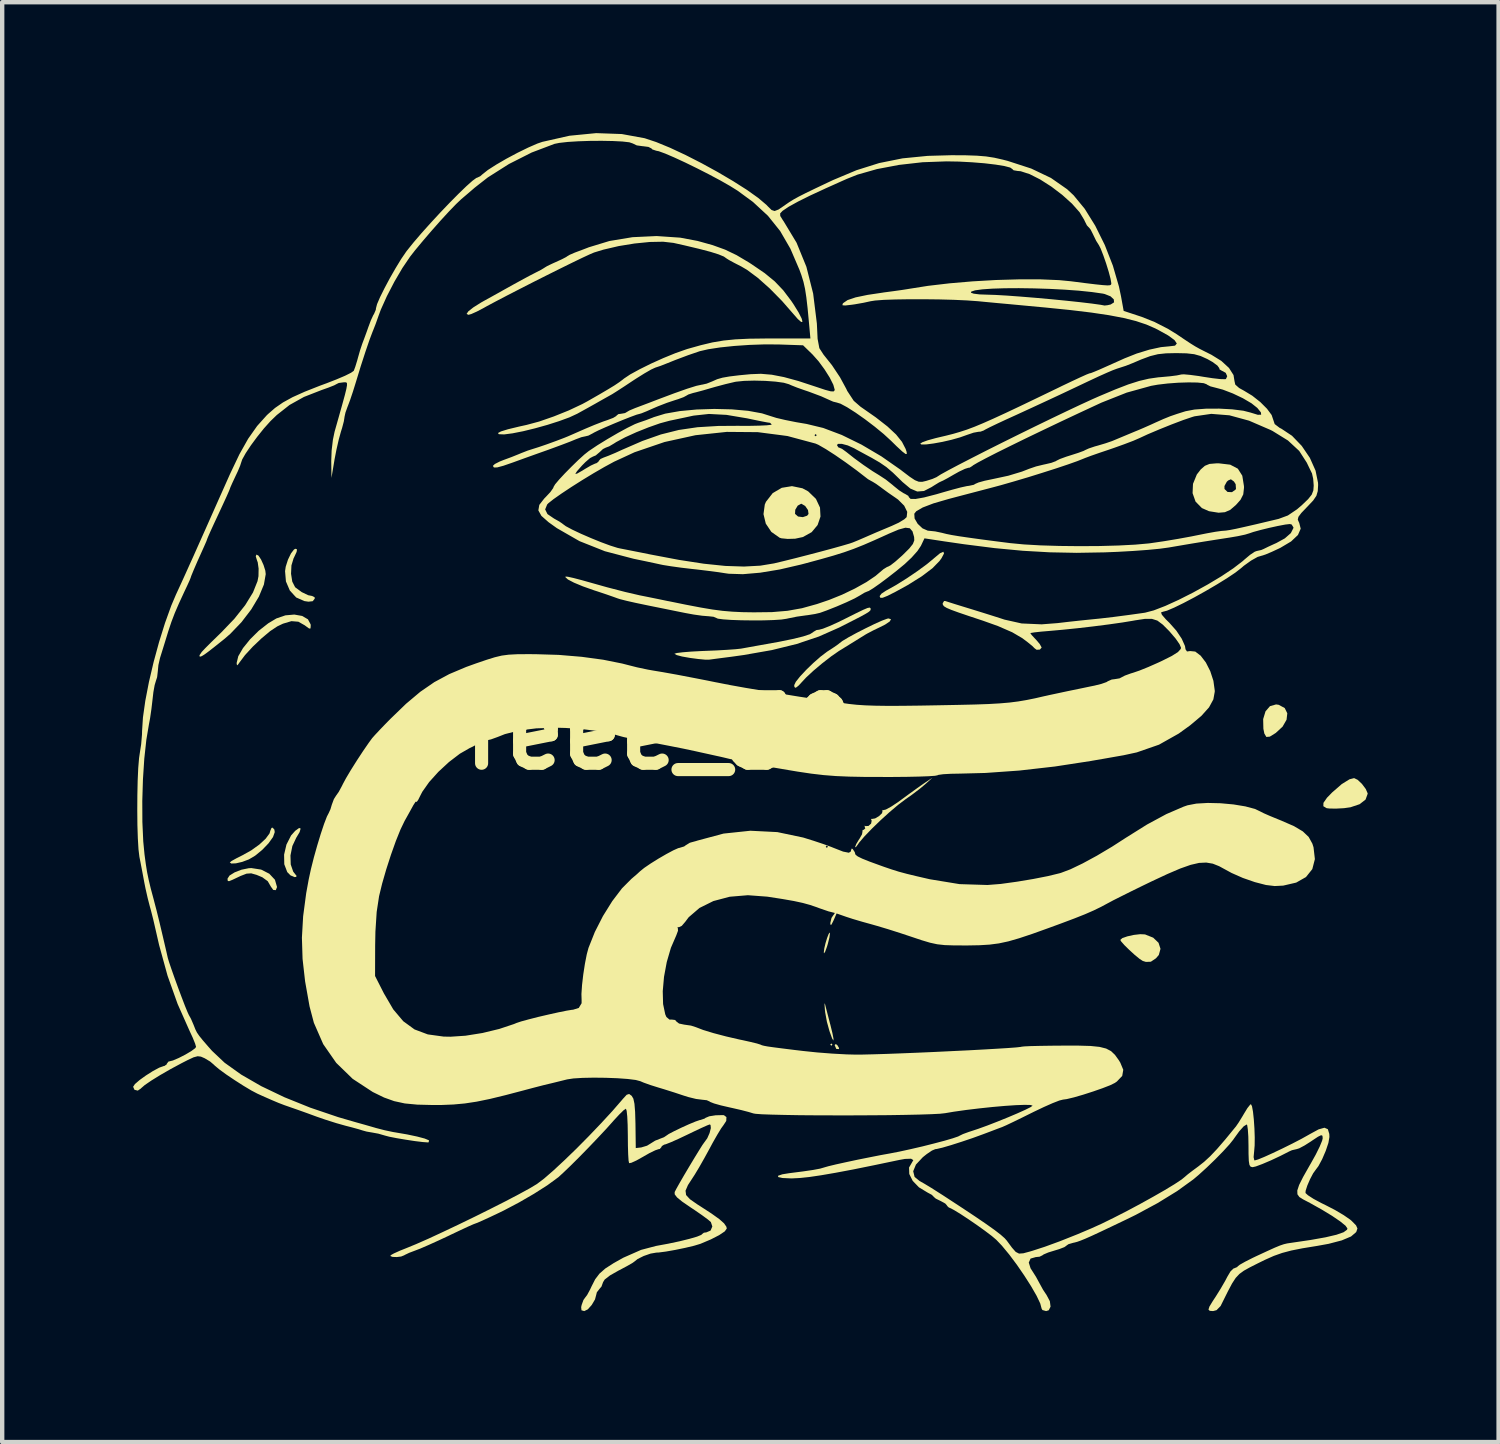
<source format=kicad_pcb>
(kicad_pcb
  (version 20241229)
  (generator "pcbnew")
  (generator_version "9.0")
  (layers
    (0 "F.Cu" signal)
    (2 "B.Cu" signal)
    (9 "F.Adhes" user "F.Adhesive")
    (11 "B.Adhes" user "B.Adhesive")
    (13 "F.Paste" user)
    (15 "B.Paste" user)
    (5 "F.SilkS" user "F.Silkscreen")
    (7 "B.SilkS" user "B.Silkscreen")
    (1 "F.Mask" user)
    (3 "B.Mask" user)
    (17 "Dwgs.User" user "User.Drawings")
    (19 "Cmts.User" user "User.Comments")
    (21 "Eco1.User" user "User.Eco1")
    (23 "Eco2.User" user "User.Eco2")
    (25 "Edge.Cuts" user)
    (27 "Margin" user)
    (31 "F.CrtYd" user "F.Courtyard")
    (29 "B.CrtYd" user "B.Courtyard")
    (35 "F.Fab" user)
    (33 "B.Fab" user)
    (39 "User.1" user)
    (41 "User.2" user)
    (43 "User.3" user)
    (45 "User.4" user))
  (footprint "reee_30mm"
    (layer "F.Cu")
    (at 14.116 13.747)
    (property "Reference" "reee_30mm" (at 0 0 0) (layer "F.SilkS") (effects (font (size 1.524 1.524) (thickness 0.3))))
    (attr board_only exclude_from_pos_files exclude_from_bom)
    (fp_poly (pts (xy 1.906 7.136) (xy 1.881 7.161) (xy 1.855 7.136) (xy 1.881 7.11)) (stroke (width 0) (type solid)) (fill yes) (layer "F.SilkS"))
    (fp_poly (pts (xy 2.019 7.15) (xy 2.058 7.216) (xy 2.053 7.238) (xy 1.999 7.236) (xy 1.992 7.23) (xy 1.958 7.151) (xy 1.958 7.143) (xy 1.984 7.123)) (stroke (width 0) (type solid)) (fill yes) (layer "F.SilkS"))
    (fp_poly (pts (xy 1.849 4.585) (xy 1.837 4.679) (xy 1.801 4.825) (xy 1.78 4.895) (xy 1.739 5.007) (xy 1.713 5.045) (xy 1.708 5.023) (xy 1.719 4.932) (xy 1.747 4.813) (xy 1.783 4.694) (xy 1.818 4.603) (xy 1.843 4.568)) (stroke (width 0) (type solid)) (fill yes) (layer "F.SilkS"))
    (fp_poly (pts (xy 12.131 -0.649) (xy 12.268 -0.575) (xy 12.327 -0.455) (xy 12.31 -0.307) (xy 12.219 -0.149) (xy 12.062 -0.004) (xy 11.927 0.08) (xy 11.847 0.087) (xy 11.801 0.009) (xy 11.779 -0.1) (xy 11.774 -0.322) (xy 11.828 -0.5) (xy 11.93 -0.618) (xy 12.07 -0.658)) (stroke (width 0) (type solid)) (fill yes) (layer "F.SilkS"))
    (fp_poly (pts (xy 1.736 6.208) (xy 1.761 6.308) (xy 1.804 6.473) (xy 1.854 6.667) (xy 1.856 6.671) (xy 1.906 6.876) (xy 1.93 7.001) (xy 1.927 7.043) (xy 1.899 6.995) (xy 1.847 6.853) (xy 1.835 6.817) (xy 1.779 6.613) (xy 1.74 6.4) (xy 1.733 6.337) (xy 1.725 6.223) (xy 1.729 6.187)) (stroke (width 0) (type solid)) (fill yes) (layer "F.SilkS"))
    (fp_poly (pts (xy -10.278 2.185) (xy -10.301 2.266) (xy -10.379 2.397) (xy -10.468 2.587) (xy -10.511 2.802) (xy -10.505 3.009) (xy -10.449 3.171) (xy -10.425 3.203) (xy -10.369 3.273) (xy -10.386 3.296) (xy -10.422 3.297) (xy -10.511 3.258) (xy -10.585 3.183) (xy -10.653 3.004) (xy -10.657 2.783) (xy -10.603 2.552) (xy -10.497 2.344) (xy -10.403 2.238) (xy -10.313 2.173)) (stroke (width 0) (type solid)) (fill yes) (layer "F.SilkS"))
    (fp_poly (pts (xy 9.067 4.611) (xy 9.255 4.686) (xy 9.377 4.803) (xy 9.422 4.942) (xy 9.383 5.083) (xy 9.317 5.159) (xy 9.201 5.237) (xy 9.088 5.241) (xy 9.016 5.219) (xy 8.943 5.172) (xy 8.831 5.08) (xy 8.706 4.966) (xy 8.593 4.855) (xy 8.518 4.769) (xy 8.501 4.737) (xy 8.547 4.696) (xy 8.661 4.656) (xy 8.809 4.623) (xy 8.957 4.606)) (stroke (width 0) (type solid)) (fill yes) (layer "F.SilkS"))
    (fp_poly (pts (xy 13.94 1.07) (xy 14.039 1.165) (xy 14.125 1.28) (xy 14.168 1.379) (xy 14.168 1.39) (xy 14.12 1.522) (xy 13.984 1.628) (xy 13.775 1.698) (xy 13.627 1.719) (xy 13.445 1.729) (xy 13.296 1.727) (xy 13.228 1.719) (xy 13.153 1.674) (xy 13.155 1.597) (xy 13.237 1.479) (xy 13.357 1.356) (xy 13.576 1.166) (xy 13.753 1.057) (xy 13.858 1.03)) (stroke (width 0) (type solid)) (fill yes) (layer "F.SilkS"))
    (fp_poly (pts (xy -10.881 2.207) (xy -10.871 2.267) (xy -10.911 2.38) (xy -11.014 2.524) (xy -11.158 2.674) (xy -11.32 2.807) (xy -11.463 2.892) (xy -11.618 2.95) (xy -11.762 2.983) (xy -11.866 2.987) (xy -11.901 2.962) (xy -11.859 2.928) (xy -11.747 2.866) (xy -11.61 2.797) (xy -11.409 2.685) (xy -11.224 2.552) (xy -11.078 2.416) (xy -10.99 2.296) (xy -10.974 2.239) (xy -10.946 2.172) (xy -10.923 2.164)) (stroke (width 0) (type solid)) (fill yes) (layer "F.SilkS"))
    (fp_poly (pts (xy 4.462 -4.116) (xy 4.405 -4.008) (xy 4.358 -3.943) (xy 4.197 -3.778) (xy 3.95 -3.592) (xy 3.632 -3.393) (xy 3.35 -3.238) (xy 3.168 -3.146) (xy 3.058 -3.102) (xy 3.004 -3.1) (xy 2.988 -3.137) (xy 2.988 -3.141) (xy 3.03 -3.196) (xy 3.132 -3.264) (xy 3.156 -3.277) (xy 3.363 -3.393) (xy 3.606 -3.545) (xy 3.851 -3.711) (xy 4.069 -3.871) (xy 4.23 -4.004) (xy 4.237 -4.011) (xy 4.371 -4.122) (xy 4.448 -4.156)) (stroke (width 0) (type solid)) (fill yes) (layer "F.SilkS"))
    (fp_poly (pts (xy -11.183 3.126) (xy -10.996 3.221) (xy -10.867 3.359) (xy -10.819 3.525) (xy -10.819 3.526) (xy -10.847 3.597) (xy -10.906 3.592) (xy -10.96 3.516) (xy -11.032 3.392) (xy -11.156 3.302) (xy -11.287 3.247) (xy -11.411 3.212) (xy -11.517 3.219) (xy -11.654 3.272) (xy -11.694 3.291) (xy -11.842 3.361) (xy -11.919 3.392) (xy -11.948 3.385) (xy -11.953 3.345) (xy -11.953 3.333) (xy -11.907 3.262) (xy -11.791 3.19) (xy -11.635 3.129) (xy -11.47 3.095) (xy -11.408 3.091)) (stroke (width 0) (type solid)) (fill yes) (layer "F.SilkS"))
    (fp_poly (pts (xy -10.361 -4.21) (xy -10.371 -4.151) (xy -10.429 -4.026) (xy -10.439 -4.008) (xy -10.489 -3.843) (xy -10.498 -3.651) (xy -10.47 -3.472) (xy -10.406 -3.346) (xy -10.399 -3.339) (xy -10.255 -3.232) (xy -10.104 -3.16) (xy -10.017 -3.143) (xy -9.957 -3.113) (xy -9.955 -3.082) (xy -10.001 -3.023) (xy -10.1 -3.012) (xy -10.193 -3.026) (xy -10.381 -3.109) (xy -10.526 -3.268) (xy -10.615 -3.476) (xy -10.635 -3.712) (xy -10.62 -3.813) (xy -10.568 -3.976) (xy -10.499 -4.118) (xy -10.43 -4.208) (xy -10.395 -4.225)) (stroke (width 0) (type solid)) (fill yes) (layer "F.SilkS"))
    (fp_poly (pts (xy -10.243 -2.685) (xy -10.111 -2.608) (xy -10.049 -2.492) (xy -10.047 -2.463) (xy -10.052 -2.399) (xy -10.084 -2.397) (xy -10.169 -2.459) (xy -10.182 -2.469) (xy -10.33 -2.553) (xy -10.489 -2.566) (xy -10.683 -2.508) (xy -10.813 -2.446) (xy -10.976 -2.338) (xy -11.172 -2.174) (xy -11.373 -1.983) (xy -11.551 -1.79) (xy -11.677 -1.622) (xy -11.679 -1.619) (xy -11.726 -1.554) (xy -11.742 -1.576) (xy -11.744 -1.608) (xy -11.707 -1.762) (xy -11.599 -1.948) (xy -11.437 -2.149) (xy -11.239 -2.345) (xy -11.021 -2.516) (xy -10.834 -2.628) (xy -10.627 -2.699) (xy -10.423 -2.717)) (stroke (width 0) (type solid)) (fill yes) (layer "F.SilkS"))
    (fp_poly (pts (xy -11.245 -4.068) (xy -11.185 -3.978) (xy -11.128 -3.852) (xy -11.087 -3.722) (xy -11.078 -3.643) (xy -11.12 -3.404) (xy -11.235 -3.127) (xy -11.411 -2.833) (xy -11.634 -2.542) (xy -11.891 -2.274) (xy -12.03 -2.154) (xy -12.242 -1.985) (xy -12.389 -1.87) (xy -12.485 -1.8) (xy -12.544 -1.764) (xy -12.582 -1.752) (xy -12.59 -1.752) (xy -12.596 -1.784) (xy -12.543 -1.862) (xy -12.541 -1.864) (xy -12.46 -1.95) (xy -12.327 -2.083) (xy -12.166 -2.24) (xy -12.097 -2.307) (xy -11.795 -2.622) (xy -11.549 -2.932) (xy -11.37 -3.223) (xy -11.266 -3.482) (xy -11.244 -3.596) (xy -11.241 -3.769) (xy -11.261 -3.913) (xy -11.277 -3.957) (xy -11.306 -4.049) (xy -11.292 -4.091)) (stroke (width 0) (type solid)) (fill yes) (layer "F.SilkS"))
    (fp_poly (pts (xy 1.219 -5.61) (xy 1.349 -5.54) (xy 1.528 -5.367) (xy 1.621 -5.168) (xy 1.632 -4.962) (xy 1.566 -4.768) (xy 1.43 -4.605) (xy 1.229 -4.493) (xy 1.052 -4.455) (xy 0.881 -4.45) (xy 0.738 -4.464) (xy 0.696 -4.477) (xy 0.506 -4.611) (xy 0.379 -4.8) (xy 0.326 -5.019) (xy 0.327 -5.024) (xy 1.049 -5.024) (xy 1.118 -4.963) (xy 1.228 -4.949) (xy 1.326 -4.982) (xy 1.358 -5.022) (xy 1.346 -5.111) (xy 1.281 -5.205) (xy 1.198 -5.254) (xy 1.188 -5.255) (xy 1.11 -5.212) (xy 1.054 -5.118) (xy 1.049 -5.024) (xy 0.327 -5.024) (xy 0.356 -5.238) (xy 0.383 -5.301) (xy 0.538 -5.5) (xy 0.745 -5.621) (xy 0.979 -5.659)) (stroke (width 0) (type solid)) (fill yes) (layer "F.SilkS"))
    (fp_poly (pts (xy 11.019 -6.151) (xy 11.194 -6.059) (xy 11.296 -5.898) (xy 11.334 -5.661) (xy 11.335 -5.621) (xy 11.318 -5.47) (xy 11.255 -5.346) (xy 11.153 -5.231) (xy 11.019 -5.115) (xy 10.897 -5.062) (xy 10.753 -5.05) (xy 10.533 -5.085) (xy 10.37 -5.157) (xy 10.225 -5.305) (xy 10.157 -5.498) (xy 10.164 -5.662) (xy 10.887 -5.662) (xy 10.888 -5.594) (xy 10.958 -5.526) (xy 11.059 -5.521) (xy 11.141 -5.579) (xy 11.151 -5.599) (xy 11.144 -5.704) (xy 11.105 -5.765) (xy 11.035 -5.816) (xy 10.972 -5.789) (xy 10.941 -5.76) (xy 10.887 -5.662) (xy 10.164 -5.662) (xy 10.167 -5.713) (xy 10.254 -5.926) (xy 10.343 -6.041) (xy 10.439 -6.125) (xy 10.544 -6.168) (xy 10.698 -6.181) (xy 10.765 -6.181)) (stroke (width 0) (type solid)) (fill yes) (layer "F.SilkS"))
    (fp_poly (pts (xy 3.248 -2.609) (xy 3.219 -2.559) (xy 3.114 -2.488) (xy 3.001 -2.431) (xy 2.839 -2.353) (xy 2.702 -2.281) (xy 2.655 -2.254) (xy 2.549 -2.188) (xy 2.403 -2.097) (xy 2.346 -2.062) (xy 2.202 -1.973) (xy 2.085 -1.901) (xy 2.054 -1.882) (xy 1.874 -1.757) (xy 1.667 -1.596) (xy 1.465 -1.426) (xy 1.301 -1.273) (xy 1.249 -1.217) (xy 1.131 -1.09) (xy 1.064 -1.038) (xy 1.035 -1.056) (xy 1.03 -1.1) (xy 1.067 -1.177) (xy 1.165 -1.3) (xy 1.304 -1.449) (xy 1.466 -1.606) (xy 1.631 -1.751) (xy 1.781 -1.865) (xy 1.812 -1.885) (xy 1.944 -1.971) (xy 2.037 -2.036) (xy 2.061 -2.056) (xy 2.134 -2.112) (xy 2.276 -2.197) (xy 2.462 -2.298) (xy 2.668 -2.403) (xy 2.869 -2.501) (xy 3.041 -2.578) (xy 3.16 -2.622) (xy 3.191 -2.628)) (stroke (width 0) (type solid)) (fill yes) (layer "F.SilkS"))
    (fp_poly (pts (xy 4.037 1.166) (xy 3.908 1.274) (xy 3.733 1.407) (xy 3.573 1.52) (xy 3.408 1.645) (xy 3.211 1.812) (xy 3.003 2.001) (xy 2.805 2.193) (xy 2.637 2.368) (xy 2.519 2.506) (xy 2.489 2.55) (xy 2.442 2.613) (xy 2.425 2.61) (xy 2.45 2.542) (xy 2.515 2.434) (xy 2.523 2.424) (xy 2.583 2.319) (xy 2.595 2.252) (xy 2.592 2.248) (xy 2.599 2.218) (xy 2.622 2.215) (xy 2.658 2.183) (xy 2.648 2.156) (xy 2.642 2.12) (xy 2.665 2.13) (xy 2.733 2.126) (xy 2.792 2.071) (xy 2.805 2.004) (xy 2.795 1.987) (xy 2.792 1.963) (xy 2.808 1.966) (xy 2.883 1.954) (xy 2.973 1.901) (xy 3.042 1.834) (xy 3.054 1.779) (xy 3.052 1.777) (xy 3.048 1.757) (xy 3.067 1.765) (xy 3.13 1.75) (xy 3.251 1.684) (xy 3.41 1.579) (xy 3.479 1.528) (xy 3.67 1.388) (xy 3.853 1.256) (xy 3.995 1.156) (xy 4.019 1.14) (xy 4.199 1.019)) (stroke (width 0) (type solid)) (fill yes) (layer "F.SilkS"))
    (fp_poly (pts (xy 2.779 -2.862) (xy 2.782 -2.837) (xy 2.775 -2.813) (xy 2.743 -2.782) (xy 2.674 -2.738) (xy 2.555 -2.672) (xy 2.372 -2.578) (xy 2.112 -2.446) (xy 2.061 -2.42) (xy 1.596 -2.214) (xy 1.087 -2.043) (xy 0.518 -1.903) (xy -0.127 -1.79) (xy -0.412 -1.75) (xy -0.622 -1.723) (xy -0.797 -1.7) (xy -0.909 -1.685) (xy -0.927 -1.683) (xy -1.015 -1.684) (xy -1.171 -1.699) (xy -1.361 -1.724) (xy -1.365 -1.725) (xy -1.54 -1.756) (xy -1.664 -1.789) (xy -1.713 -1.817) (xy -1.713 -1.819) (xy -1.66 -1.836) (xy -1.523 -1.853) (xy -1.322 -1.869) (xy -1.077 -1.882) (xy -1.022 -1.884) (xy -0.753 -1.895) (xy -0.508 -1.909) (xy -0.312 -1.923) (xy -0.192 -1.936) (xy -0.184 -1.937) (xy -0.036 -1.964) (xy 0.153 -1.998) (xy 0.232 -2.012) (xy 0.66 -2.089) (xy 0.991 -2.156) (xy 1.232 -2.215) (xy 1.387 -2.266) (xy 1.464 -2.313) (xy 1.469 -2.32) (xy 1.541 -2.362) (xy 1.602 -2.37) (xy 1.688 -2.393) (xy 1.841 -2.454) (xy 2.038 -2.543) (xy 2.21 -2.628) (xy 2.448 -2.747) (xy 2.609 -2.825) (xy 2.708 -2.867) (xy 2.76 -2.877)) (stroke (width 0) (type solid)) (fill yes) (layer "F.SilkS"))
    (fp_poly (pts (xy -1.581 -11.352) (xy -1.184 -11.277) (xy -0.839 -11.181) (xy -0.554 -11.078) (xy -0.291 -10.952) (xy -0.008 -10.784) (xy 0.055 -10.743) (xy 0.354 -10.539) (xy 0.585 -10.349) (xy 0.778 -10.147) (xy 0.961 -9.905) (xy 1.013 -9.828) (xy 1.13 -9.639) (xy 1.199 -9.503) (xy 1.22 -9.427) (xy 1.191 -9.419) (xy 1.112 -9.488) (xy 1.029 -9.583) (xy 0.753 -9.899) (xy 0.47 -10.187) (xy 0.196 -10.431) (xy -0.05 -10.614) (xy -0.181 -10.691) (xy -0.341 -10.773) (xy -0.461 -10.838) (xy -0.515 -10.872) (xy -0.582 -10.919) (xy -0.703 -10.969) (xy -0.887 -11.027) (xy -1.146 -11.095) (xy -1.49 -11.177) (xy -1.736 -11.232) (xy -1.973 -11.259) (xy -2.28 -11.253) (xy -2.629 -11.218) (xy -2.992 -11.159) (xy -3.343 -11.077) (xy -3.555 -11.012) (xy -3.652 -10.971) (xy -3.824 -10.891) (xy -4.056 -10.779) (xy -4.332 -10.643) (xy -4.635 -10.492) (xy -4.951 -10.333) (xy -5.262 -10.174) (xy -5.554 -10.024) (xy -5.81 -9.89) (xy -6.014 -9.781) (xy -6.08 -9.744) (xy -6.239 -9.66) (xy -6.369 -9.602) (xy -6.434 -9.584) (xy -6.476 -9.605) (xy -6.436 -9.664) (xy -6.322 -9.754) (xy -6.144 -9.866) (xy -6.059 -9.914) (xy -5.84 -10.035) (xy -5.593 -10.173) (xy -5.41 -10.275) (xy -5.215 -10.382) (xy -5.029 -10.482) (xy -4.895 -10.551) (xy -4.772 -10.614) (xy -4.696 -10.66) (xy -4.688 -10.666) (xy -4.63 -10.701) (xy -4.509 -10.759) (xy -4.431 -10.794) (xy -4.291 -10.858) (xy -4.195 -10.908) (xy -4.173 -10.924) (xy -4.112 -10.96) (xy -3.994 -11.011) (xy -3.967 -11.021) (xy -3.817 -11.077) (xy -3.692 -11.125) (xy -3.684 -11.129) (xy -3.205 -11.275) (xy -2.674 -11.363) (xy -2.122 -11.389)) (stroke (width 0) (type solid)) (fill yes) (layer "F.SilkS"))
    (fp_poly (pts (xy -2.693 8.31) (xy -2.655 8.375) (xy -2.63 8.492) (xy -2.615 8.678) (xy -2.607 8.947) (xy -2.6 9.506) (xy -2.475 9.492) (xy -2.342 9.452) (xy -2.27 9.408) (xy -2.157 9.337) (xy -2.061 9.299) (xy -1.954 9.258) (xy -1.906 9.226) (xy -1.845 9.184) (xy -1.717 9.117) (xy -1.553 9.038) (xy -1.381 8.96) (xy -1.231 8.898) (xy -1.132 8.864) (xy -1.116 8.862) (xy -1.02 8.829) (xy -1.002 8.814) (xy -0.916 8.778) (xy -0.77 8.755) (xy -0.608 8.751) (xy -0.58 8.753) (xy -0.523 8.796) (xy -0.527 8.884) (xy -0.589 8.979) (xy -0.644 9.055) (xy -0.731 9.198) (xy -0.838 9.386) (xy -0.905 9.511) (xy -1.027 9.734) (xy -1.148 9.947) (xy -1.251 10.118) (xy -1.288 10.175) (xy -1.405 10.355) (xy -1.46 10.483) (xy -1.447 10.582) (xy -1.359 10.678) (xy -1.191 10.795) (xy -1.122 10.839) (xy -0.865 11.006) (xy -0.686 11.134) (xy -0.577 11.231) (xy -0.524 11.308) (xy -0.515 11.35) (xy -0.561 11.415) (xy -0.689 11.501) (xy -0.88 11.599) (xy -1.119 11.7) (xy -1.122 11.701) (xy -1.264 11.744) (xy -1.466 11.792) (xy -1.693 11.839) (xy -1.908 11.877) (xy -2.076 11.899) (xy -2.128 11.901) (xy -2.261 11.924) (xy -2.419 11.979) (xy -2.559 12.049) (xy -2.628 12.104) (xy -2.683 12.143) (xy -2.806 12.213) (xy -2.971 12.301) (xy -3.001 12.316) (xy -3.192 12.425) (xy -3.312 12.518) (xy -3.349 12.578) (xy -3.386 12.68) (xy -3.426 12.726) (xy -3.492 12.811) (xy -3.503 12.857) (xy -3.534 12.974) (xy -3.609 13.101) (xy -3.7 13.202) (xy -3.78 13.241) (xy -3.844 13.223) (xy -3.851 13.151) (xy -3.84 13.1) (xy -3.799 12.987) (xy -3.759 12.931) (xy -3.713 12.87) (xy -3.647 12.748) (xy -3.611 12.671) (xy -3.53 12.512) (xy -3.431 12.382) (xy -3.296 12.264) (xy -3.103 12.14) (xy -2.885 12.018) (xy -2.479 11.839) (xy -2.138 11.749) (xy -1.856 11.697) (xy -1.593 11.641) (xy -1.367 11.585) (xy -1.196 11.535) (xy -1.098 11.495) (xy -1.082 11.478) (xy -1.039 11.445) (xy -0.984 11.438) (xy -0.887 11.397) (xy -0.846 11.303) (xy -0.879 11.202) (xy -0.946 11.144) (xy -1.076 11.048) (xy -1.248 10.929) (xy -1.34 10.868) (xy -1.537 10.733) (xy -1.655 10.636) (xy -1.708 10.566) (xy -1.709 10.514) (xy -1.671 10.44) (xy -1.594 10.303) (xy -1.491 10.125) (xy -1.374 9.928) (xy -1.257 9.733) (xy -1.152 9.562) (xy -1.073 9.436) (xy -1.031 9.377) (xy -1.031 9.377) (xy -0.962 9.282) (xy -0.909 9.162) (xy -0.88 9.049) (xy -0.887 8.976) (xy -0.907 8.965) (xy -0.963 8.986) (xy -1.091 9.043) (xy -1.269 9.127) (xy -1.414 9.197) (xy -1.619 9.294) (xy -1.792 9.371) (xy -1.911 9.418) (xy -1.95 9.428) (xy -2.006 9.463) (xy -2.009 9.48) (xy -2.05 9.527) (xy -2.077 9.531) (xy -2.153 9.557) (xy -2.287 9.622) (xy -2.434 9.706) (xy -2.586 9.791) (xy -2.701 9.843) (xy -2.753 9.852) (xy -2.765 9.792) (xy -2.774 9.651) (xy -2.78 9.449) (xy -2.782 9.214) (xy -2.786 8.977) (xy -2.795 8.783) (xy -2.809 8.652) (xy -2.826 8.604) (xy -2.879 8.64) (xy -2.977 8.736) (xy -3.103 8.872) (xy -3.122 8.894) (xy -3.277 9.067) (xy -3.47 9.273) (xy -3.682 9.495) (xy -3.896 9.714) (xy -4.095 9.912) (xy -4.262 10.072) (xy -4.377 10.177) (xy -4.386 10.183) (xy -4.625 10.358) (xy -4.931 10.553) (xy -5.274 10.752) (xy -5.625 10.937) (xy -5.734 10.99) (xy -5.941 11.088) (xy -6.113 11.167) (xy -6.229 11.218) (xy -6.268 11.232) (xy -6.323 11.253) (xy -6.452 11.31) (xy -6.636 11.396) (xy -6.856 11.5) (xy -6.871 11.508) (xy -7.115 11.622) (xy -7.345 11.726) (xy -7.534 11.808) (xy -7.651 11.853) (xy -7.791 11.906) (xy -7.89 11.953) (xy -7.906 11.963) (xy -7.976 11.991) (xy -8.076 12.003) (xy -8.17 12) (xy -8.221 11.981) (xy -8.215 11.961) (xy -8.144 11.921) (xy -8.007 11.859) (xy -7.857 11.799) (xy -7.636 11.708) (xy -7.352 11.583) (xy -7.022 11.43) (xy -6.663 11.26) (xy -6.292 11.08) (xy -5.928 10.899) (xy -5.586 10.726) (xy -5.285 10.568) (xy -5.041 10.435) (xy -4.872 10.334) (xy -4.86 10.326) (xy -4.7 10.205) (xy -4.487 10.02) (xy -4.236 9.787) (xy -3.961 9.521) (xy -3.677 9.234) (xy -3.398 8.942) (xy -3.138 8.66) (xy -2.914 8.402) (xy -2.893 8.377) (xy -2.808 8.285) (xy -2.752 8.267)) (stroke (width 0) (type solid)) (fill yes) (layer "F.SilkS"))
    (fp_poly (pts (xy -2.92 -13.726) (xy -2.396 -13.63) (xy -2.131 -13.542) (xy -1.813 -13.411) (xy -1.46 -13.246) (xy -1.09 -13.057) (xy -0.72 -12.854) (xy -0.369 -12.647) (xy -0.054 -12.447) (xy 0.206 -12.262) (xy 0.394 -12.103) (xy 0.433 -12.062) (xy 0.512 -11.985) (xy 0.581 -11.962) (xy 0.671 -11.997) (xy 0.811 -12.092) (xy 0.823 -12.101) (xy 0.914 -12.164) (xy 1.012 -12.225) (xy 1.133 -12.292) (xy 1.295 -12.374) (xy 1.512 -12.479) (xy 1.801 -12.616) (xy 1.92 -12.672) (xy 2.456 -12.897) (xy 2.976 -13.061) (xy 3.512 -13.169) (xy 4.09 -13.226) (xy 4.632 -13.241) (xy 4.963 -13.239) (xy 5.219 -13.23) (xy 5.426 -13.213) (xy 5.613 -13.184) (xy 5.807 -13.14) (xy 5.92 -13.111) (xy 6.461 -12.935) (xy 6.912 -12.72) (xy 7.282 -12.462) (xy 7.432 -12.322) (xy 7.686 -12.013) (xy 7.927 -11.625) (xy 8.146 -11.183) (xy 8.331 -10.71) (xy 8.47 -10.231) (xy 8.517 -10.01) (xy 8.578 -9.674) (xy 8.99 -9.538) (xy 9.286 -9.42) (xy 9.595 -9.262) (xy 9.785 -9.145) (xy 9.978 -9.015) (xy 10.113 -8.926) (xy 10.216 -8.862) (xy 10.316 -8.806) (xy 10.44 -8.743) (xy 10.588 -8.669) (xy 10.816 -8.528) (xy 10.991 -8.367) (xy 11.095 -8.204) (xy 11.117 -8.067) (xy 11.135 -7.986) (xy 11.223 -7.908) (xy 11.331 -7.848) (xy 11.523 -7.732) (xy 11.707 -7.587) (xy 11.862 -7.432) (xy 11.968 -7.289) (xy 12.004 -7.183) (xy 12.038 -7.081) (xy 12.151 -6.995) (xy 12.193 -6.974) (xy 12.435 -6.813) (xy 12.658 -6.581) (xy 12.844 -6.307) (xy 12.974 -6.016) (xy 13.031 -5.736) (xy 13.033 -5.686) (xy 13.025 -5.545) (xy 12.993 -5.437) (xy 12.92 -5.33) (xy 12.788 -5.19) (xy 12.78 -5.182) (xy 12.649 -5.045) (xy 12.582 -4.956) (xy 12.567 -4.893) (xy 12.593 -4.831) (xy 12.6 -4.819) (xy 12.634 -4.684) (xy 12.571 -4.54) (xy 12.414 -4.392) (xy 12.167 -4.245) (xy 12.142 -4.233) (xy 11.97 -4.153) (xy 11.833 -4.095) (xy 11.759 -4.07) (xy 11.756 -4.07) (xy 11.648 -4.038) (xy 11.496 -3.953) (xy 11.332 -3.835) (xy 11.268 -3.78) (xy 11.137 -3.678) (xy 10.946 -3.55) (xy 10.713 -3.406) (xy 10.457 -3.256) (xy 10.197 -3.111) (xy 9.95 -2.981) (xy 9.735 -2.876) (xy 9.571 -2.806) (xy 9.479 -2.782) (xy 9.434 -2.766) (xy 9.454 -2.712) (xy 9.544 -2.608) (xy 9.627 -2.526) (xy 9.785 -2.348) (xy 9.909 -2.162) (xy 9.983 -1.996) (xy 9.995 -1.921) (xy 10.029 -1.871) (xy 10.101 -1.881) (xy 10.218 -1.869) (xy 10.342 -1.775) (xy 10.461 -1.619) (xy 10.562 -1.42) (xy 10.634 -1.199) (xy 10.665 -0.975) (xy 10.665 -0.95) (xy 10.633 -0.773) (xy 10.534 -0.591) (xy 10.359 -0.396) (xy 10.101 -0.179) (xy 9.841 0.009) (xy 9.388 0.264) (xy 8.878 0.441) (xy 8.578 0.506) (xy 8.373 0.542) (xy 8.118 0.587) (xy 7.863 0.631) (xy 7.831 0.637) (xy 7.004 0.764) (xy 6.188 0.857) (xy 5.412 0.912) (xy 4.833 0.927) (xy 4.617 0.931) (xy 4.443 0.941) (xy 4.334 0.956) (xy 4.31 0.966) (xy 4.254 0.977) (xy 4.109 0.987) (xy 3.891 0.995) (xy 3.614 1.001) (xy 3.292 1.004) (xy 3.083 1.004) (xy 2.649 1.003) (xy 2.292 0.996) (xy 1.986 0.983) (xy 1.705 0.961) (xy 1.422 0.928) (xy 1.113 0.882) (xy 0.749 0.821) (xy 0.747 0.82) (xy 0.545 0.786) (xy 0.343 0.754) (xy 0.283 0.745) (xy 0.12 0.716) (xy -0.091 0.673) (xy -0.254 0.636) (xy -0.438 0.593) (xy -0.588 0.557) (xy -0.666 0.539) (xy -0.75 0.521) (xy -0.907 0.486) (xy -1.112 0.441) (xy -1.237 0.413) (xy -1.51 0.355) (xy -1.833 0.291) (xy -2.153 0.229) (xy -2.293 0.204) (xy -2.528 0.161) (xy -2.729 0.121) (xy -2.873 0.091) (xy -2.93 0.076) (xy -3.171 0.008) (xy -3.485 -0.05) (xy -3.841 -0.094) (xy -4.21 -0.119) (xy -4.405 -0.124) (xy -4.877 -0.11) (xy -5.269 -0.062) (xy -5.598 0.022) (xy -5.765 0.088) (xy -5.917 0.143) (xy -6.052 0.173) (xy -6.061 0.173) (xy -6.154 0.19) (xy -6.183 0.211) (xy -6.225 0.248) (xy -6.333 0.308) (xy -6.402 0.34) (xy -6.63 0.471) (xy -6.879 0.661) (xy -7.122 0.886) (xy -7.334 1.121) (xy -7.49 1.342) (xy -7.529 1.417) (xy -7.585 1.529) (xy -7.619 1.577) (xy -7.624 1.571) (xy -7.645 1.572) (xy -7.693 1.646) (xy -7.695 1.649) (xy -7.762 1.771) (xy -7.852 1.933) (xy -7.895 2.009) (xy -7.989 2.204) (xy -8.097 2.472) (xy -8.209 2.787) (xy -8.317 3.121) (xy -8.411 3.447) (xy -8.481 3.735) (xy -8.536 4.096) (xy -8.565 4.546) (xy -8.571 4.856) (xy -8.573 5.564) (xy -8.37 5.963) (xy -8.156 6.329) (xy -7.927 6.6) (xy -7.669 6.788) (xy -7.365 6.902) (xy -7.002 6.952) (xy -6.843 6.955) (xy -6.501 6.932) (xy -6.113 6.87) (xy -5.728 6.777) (xy -5.389 6.664) (xy -5.332 6.64) (xy -5.227 6.605) (xy -5.051 6.557) (xy -4.832 6.501) (xy -4.596 6.446) (xy -4.371 6.396) (xy -4.183 6.358) (xy -4.059 6.338) (xy -4.038 6.337) (xy -3.906 6.296) (xy -3.841 6.188) (xy -3.841 6.113) (xy -3.845 5.976) (xy -3.831 5.771) (xy -3.803 5.53) (xy -3.765 5.283) (xy -3.722 5.064) (xy -3.683 4.92) (xy -3.538 4.556) (xy -3.352 4.191) (xy -3.139 3.849) (xy -2.917 3.557) (xy -2.7 3.339) (xy -2.692 3.332) (xy -2.577 3.234) (xy -2.5 3.163) (xy -2.406 3.087) (xy -2.258 2.986) (xy -2.08 2.875) (xy -1.899 2.77) (xy -1.74 2.685) (xy -1.628 2.635) (xy -1.597 2.628) (xy -1.512 2.602) (xy 1.752 2.602) (xy 1.777 2.628) (xy 1.803 2.602) (xy 1.777 2.576) (xy 1.752 2.602) (xy -1.512 2.602) (xy -1.49 2.595) (xy -1.46 2.572) (xy -1.363 2.512) (xy -1.333 2.503) (xy -1.219 2.472) (xy -1.185 2.461) (xy -0.589 2.301) (xy 0.026 2.236) (xy 0.643 2.267) (xy 1.237 2.392) (xy 1.474 2.466) (xy 1.699 2.541) (xy 1.877 2.606) (xy 1.934 2.629) (xy 2.151 2.714) (xy 2.283 2.74) (xy 2.331 2.707) (xy 2.33 2.688) (xy 2.346 2.645) (xy 2.369 2.653) (xy 2.419 2.729) (xy 2.422 2.748) (xy 2.435 2.785) (xy 2.486 2.825) (xy 2.588 2.875) (xy 2.755 2.942) (xy 3.002 3.032) (xy 3.091 3.064) (xy 3.264 3.123) (xy 3.427 3.174) (xy 3.609 3.223) (xy 3.836 3.278) (xy 4.135 3.347) (xy 4.818 3.459) (xy 5.458 3.479) (xy 5.761 3.455) (xy 6.137 3.403) (xy 6.508 3.341) (xy 6.843 3.275) (xy 7.111 3.21) (xy 7.142 3.201) (xy 7.359 3.119) (xy 7.64 2.984) (xy 7.964 2.808) (xy 8.312 2.601) (xy 8.63 2.396) (xy 9.114 2.093) (xy 9.557 1.854) (xy 9.949 1.685) (xy 10.041 1.653) (xy 10.244 1.614) (xy 10.505 1.599) (xy 10.797 1.606) (xy 11.093 1.633) (xy 11.366 1.678) (xy 11.588 1.737) (xy 11.721 1.801) (xy 11.79 1.836) (xy 11.929 1.897) (xy 12.114 1.973) (xy 12.195 2.006) (xy 12.481 2.131) (xy 12.683 2.251) (xy 12.817 2.379) (xy 12.901 2.531) (xy 12.928 2.615) (xy 12.959 2.886) (xy 12.9 3.115) (xy 12.755 3.297) (xy 12.531 3.424) (xy 12.234 3.493) (xy 12.038 3.503) (xy 11.838 3.479) (xy 11.584 3.413) (xy 11.31 3.318) (xy 11.052 3.204) (xy 10.923 3.134) (xy 10.765 3.048) (xy 10.619 2.99) (xy 10.47 2.965) (xy 10.305 2.973) (xy 10.111 3.018) (xy 9.873 3.102) (xy 9.579 3.228) (xy 9.215 3.398) (xy 8.99 3.507) (xy 8.745 3.627) (xy 8.521 3.739) (xy 8.34 3.83) (xy 8.226 3.891) (xy 8.218 3.895) (xy 8.06 3.98) (xy 7.891 4.062) (xy 7.692 4.149) (xy 7.445 4.247) (xy 7.131 4.365) (xy 6.852 4.467) (xy 6.482 4.6) (xy 6.184 4.699) (xy 5.938 4.77) (xy 5.719 4.817) (xy 5.505 4.845) (xy 5.274 4.859) (xy 5.002 4.864) (xy 4.972 4.864) (xy 4.69 4.863) (xy 4.479 4.856) (xy 4.306 4.837) (xy 4.141 4.801) (xy 3.95 4.744) (xy 3.735 4.672) (xy 3.464 4.582) (xy 3.185 4.493) (xy 2.938 4.419) (xy 2.808 4.382) (xy 2.588 4.321) (xy 2.372 4.257) (xy 2.224 4.209) (xy 2.001 4.131) (xy 1.93 4.294) (xy 1.882 4.389) (xy 1.861 4.391) (xy 1.857 4.351) (xy 1.884 4.234) (xy 1.917 4.184) (xy 1.958 4.129) (xy 1.955 4.118) (xy 1.816 4.083) (xy 1.609 4.012) (xy 1.546 3.988) (xy 1.393 3.936) (xy 1.226 3.89) (xy 1.023 3.846) (xy 0.761 3.8) (xy 0.42 3.747) (xy 0.412 3.746) (xy -0.031 3.713) (xy -0.448 3.748) (xy -0.822 3.847) (xy -1.14 4.005) (xy -1.388 4.218) (xy -1.466 4.322) (xy -1.546 4.415) (xy -1.612 4.447) (xy -1.621 4.445) (xy -1.648 4.441) (xy -1.637 4.456) (xy -1.632 4.526) (xy -1.671 4.631) (xy -1.795 4.918) (xy -1.89 5.244) (xy -1.953 5.583) (xy -1.982 5.913) (xy -1.974 6.207) (xy -1.925 6.441) (xy -1.898 6.503) (xy -1.827 6.563) (xy -1.777 6.562) (xy -1.697 6.572) (xy -1.674 6.602) (xy -1.609 6.653) (xy -1.491 6.678) (xy -1.336 6.7) (xy -1.221 6.737) (xy -1.057 6.8) (xy -0.818 6.873) (xy -0.529 6.949) (xy -0.217 7.021) (xy -0.162 7.032) (xy 0.027 7.074) (xy 0.175 7.11) (xy 0.255 7.135) (xy 0.259 7.137) (xy 0.288 7.15) (xy 0.338 7.163) (xy 0.424 7.179) (xy 0.56 7.198) (xy 0.761 7.224) (xy 1.042 7.259) (xy 1.237 7.282) (xy 1.554 7.315) (xy 1.902 7.342) (xy 2.232 7.36) (xy 2.431 7.365) (xy 2.602 7.364) (xy 2.844 7.358) (xy 3.144 7.349) (xy 3.487 7.336) (xy 3.86 7.321) (xy 4.249 7.304) (xy 4.638 7.285) (xy 5.016 7.267) (xy 5.366 7.248) (xy 5.676 7.23) (xy 5.932 7.214) (xy 6.119 7.2) (xy 6.223 7.188) (xy 6.239 7.184) (xy 6.299 7.177) (xy 6.446 7.17) (xy 6.66 7.165) (xy 6.926 7.161) (xy 7.182 7.159) (xy 7.544 7.159) (xy 7.82 7.167) (xy 8.025 7.188) (xy 8.176 7.226) (xy 8.289 7.285) (xy 8.379 7.371) (xy 8.464 7.489) (xy 8.5 7.547) (xy 8.569 7.713) (xy 8.545 7.853) (xy 8.423 7.981) (xy 8.376 8.014) (xy 8.268 8.067) (xy 8.093 8.135) (xy 7.878 8.21) (xy 7.651 8.283) (xy 7.441 8.344) (xy 7.274 8.384) (xy 7.187 8.396) (xy 7.104 8.417) (xy 6.95 8.477) (xy 6.747 8.567) (xy 6.516 8.677) (xy 6.492 8.689) (xy 6.258 8.805) (xy 6.051 8.906) (xy 5.891 8.982) (xy 5.8 9.022) (xy 5.796 9.024) (xy 5.696 9.061) (xy 5.536 9.122) (xy 5.358 9.189) (xy 5.111 9.279) (xy 4.858 9.364) (xy 4.623 9.439) (xy 4.428 9.496) (xy 4.296 9.527) (xy 4.262 9.531) (xy 4.186 9.563) (xy 4.066 9.644) (xy 3.976 9.716) (xy 3.819 9.884) (xy 3.756 10.037) (xy 3.788 10.167) (xy 3.903 10.261) (xy 4.011 10.322) (xy 4.175 10.421) (xy 4.365 10.542) (xy 4.431 10.584) (xy 4.839 10.851) (xy 5.168 11.069) (xy 5.425 11.244) (xy 5.619 11.382) (xy 5.758 11.489) (xy 5.851 11.571) (xy 5.899 11.625) (xy 6.02 11.789) (xy 6.105 11.885) (xy 6.181 11.924) (xy 6.279 11.917) (xy 6.428 11.877) (xy 6.492 11.858) (xy 6.772 11.767) (xy 7.122 11.639) (xy 7.519 11.481) (xy 7.831 11.349) (xy 8.074 11.239) (xy 8.353 11.102) (xy 8.654 10.948) (xy 8.959 10.785) (xy 9.253 10.622) (xy 9.52 10.469) (xy 9.743 10.334) (xy 9.906 10.226) (xy 9.994 10.154) (xy 9.995 10.152) (xy 10.048 10.107) (xy 10.159 10.022) (xy 10.289 9.926) (xy 10.422 9.821) (xy 10.56 9.694) (xy 10.717 9.528) (xy 10.906 9.309) (xy 11.141 9.022) (xy 11.149 9.013) (xy 11.213 8.92) (xy 11.299 8.78) (xy 11.336 8.717) (xy 11.413 8.591) (xy 11.475 8.513) (xy 11.494 8.501) (xy 11.518 8.548) (xy 11.541 8.673) (xy 11.56 8.851) (xy 11.574 9.056) (xy 11.581 9.262) (xy 11.579 9.445) (xy 11.568 9.577) (xy 11.555 9.714) (xy 11.571 9.785) (xy 11.581 9.789) (xy 11.658 9.767) (xy 11.804 9.707) (xy 11.998 9.619) (xy 12.219 9.514) (xy 12.443 9.403) (xy 12.651 9.295) (xy 12.819 9.201) (xy 12.843 9.187) (xy 13.044 9.078) (xy 13.178 9.04) (xy 13.256 9.074) (xy 13.289 9.182) (xy 13.292 9.252) (xy 13.269 9.387) (xy 13.208 9.569) (xy 13.126 9.76) (xy 13.04 9.92) (xy 12.984 9.995) (xy 12.919 10.085) (xy 12.848 10.22) (xy 12.785 10.366) (xy 12.747 10.485) (xy 12.744 10.536) (xy 12.801 10.588) (xy 12.928 10.67) (xy 13.105 10.765) (xy 13.205 10.814) (xy 13.42 10.925) (xy 13.618 11.042) (xy 13.767 11.145) (xy 13.802 11.175) (xy 13.902 11.277) (xy 13.934 11.348) (xy 13.91 11.42) (xy 13.901 11.435) (xy 13.787 11.532) (xy 13.576 11.621) (xy 13.274 11.7) (xy 13.009 11.748) (xy 12.677 11.802) (xy 12.42 11.853) (xy 12.209 11.909) (xy 12.017 11.977) (xy 11.815 12.067) (xy 11.652 12.147) (xy 11.468 12.24) (xy 11.333 12.315) (xy 11.23 12.39) (xy 11.144 12.482) (xy 11.062 12.608) (xy 10.967 12.787) (xy 10.844 13.034) (xy 10.799 13.125) (xy 10.706 13.22) (xy 10.626 13.241) (xy 10.55 13.235) (xy 10.521 13.207) (xy 10.542 13.139) (xy 10.618 13.014) (xy 10.687 12.909) (xy 10.8 12.728) (xy 10.904 12.548) (xy 10.954 12.453) (xy 11.025 12.333) (xy 11.092 12.267) (xy 11.108 12.262) (xy 11.18 12.232) (xy 11.189 12.218) (xy 11.24 12.178) (xy 11.364 12.108) (xy 11.536 12.021) (xy 11.618 11.982) (xy 11.864 11.868) (xy 12.038 11.789) (xy 12.159 11.739) (xy 12.248 11.709) (xy 12.324 11.691) (xy 12.41 11.678) (xy 12.417 11.677) (xy 12.859 11.612) (xy 13.202 11.551) (xy 13.453 11.492) (xy 13.616 11.435) (xy 13.695 11.378) (xy 13.705 11.349) (xy 13.661 11.285) (xy 13.539 11.186) (xy 13.353 11.059) (xy 13.118 10.916) (xy 12.848 10.765) (xy 12.688 10.681) (xy 12.604 10.628) (xy 12.559 10.565) (xy 12.556 10.478) (xy 12.598 10.351) (xy 12.689 10.169) (xy 12.831 9.918) (xy 12.863 9.863) (xy 12.978 9.657) (xy 13.069 9.473) (xy 13.125 9.337) (xy 13.138 9.281) (xy 13.132 9.224) (xy 13.102 9.211) (xy 13.029 9.247) (xy 12.893 9.337) (xy 12.875 9.35) (xy 12.724 9.446) (xy 12.6 9.512) (xy 12.539 9.531) (xy 12.434 9.555) (xy 12.377 9.58) (xy 12.167 9.687) (xy 11.952 9.788) (xy 11.757 9.871) (xy 11.607 9.927) (xy 11.533 9.944) (xy 11.488 9.934) (xy 11.46 9.893) (xy 11.445 9.801) (xy 11.439 9.64) (xy 11.438 9.454) (xy 11.434 9.244) (xy 11.423 9.079) (xy 11.408 8.981) (xy 11.398 8.965) (xy 11.329 9.007) (xy 11.226 9.122) (xy 11.103 9.292) (xy 11.095 9.305) (xy 11.004 9.419) (xy 10.857 9.58) (xy 10.676 9.765) (xy 10.481 9.953) (xy 10.295 10.122) (xy 10.174 10.224) (xy 9.804 10.491) (xy 9.357 10.766) (xy 8.854 11.037) (xy 8.656 11.134) (xy 8.309 11.3) (xy 8.043 11.426) (xy 7.843 11.519) (xy 7.696 11.584) (xy 7.59 11.627) (xy 7.511 11.655) (xy 7.446 11.672) (xy 7.424 11.676) (xy 7.314 11.708) (xy 7.265 11.742) (xy 7.265 11.744) (xy 7.219 11.776) (xy 7.103 11.821) (xy 7.004 11.851) (xy 6.851 11.898) (xy 6.745 11.943) (xy 6.717 11.963) (xy 6.652 11.995) (xy 6.564 12.004) (xy 6.445 12.038) (xy 6.404 12.129) (xy 6.445 12.261) (xy 6.473 12.304) (xy 6.57 12.457) (xy 6.646 12.597) (xy 6.73 12.75) (xy 6.812 12.874) (xy 6.887 13.015) (xy 6.903 13.139) (xy 6.862 13.222) (xy 6.801 13.241) (xy 6.717 13.217) (xy 6.698 13.183) (xy 6.667 13.067) (xy 6.583 12.89) (xy 6.457 12.671) (xy 6.302 12.428) (xy 6.131 12.179) (xy 5.955 11.944) (xy 5.786 11.74) (xy 5.66 11.608) (xy 5.555 11.519) (xy 5.399 11.401) (xy 5.215 11.269) (xy 5.021 11.136) (xy 4.84 11.017) (xy 4.691 10.926) (xy 4.595 10.876) (xy 4.576 10.871) (xy 4.534 10.832) (xy 4.534 10.826) (xy 4.491 10.777) (xy 4.388 10.72) (xy 4.379 10.716) (xy 4.273 10.664) (xy 4.225 10.622) (xy 4.225 10.62) (xy 4.183 10.578) (xy 4.083 10.524) (xy 3.888 10.406) (xy 3.745 10.258) (xy 3.666 10.1) (xy 3.661 9.952) (xy 3.719 9.852) (xy 3.759 9.782) (xy 3.707 9.75) (xy 3.567 9.755) (xy 3.439 9.778) (xy 2.865 9.898) (xy 2.382 9.996) (xy 1.979 10.072) (xy 1.648 10.129) (xy 1.377 10.169) (xy 1.159 10.192) (xy 0.982 10.201) (xy 0.954 10.201) (xy 0.76 10.192) (xy 0.662 10.17) (xy 0.661 10.14) (xy 0.759 10.107) (xy 0.913 10.082) (xy 1.233 10.041) (xy 1.465 10.007) (xy 1.624 9.977) (xy 1.724 9.948) (xy 1.726 9.947) (xy 1.818 9.921) (xy 1.988 9.88) (xy 2.215 9.83) (xy 2.477 9.774) (xy 2.751 9.719) (xy 3.014 9.667) (xy 3.22 9.63) (xy 3.441 9.587) (xy 3.697 9.531) (xy 3.969 9.468) (xy 4.234 9.401) (xy 4.473 9.338) (xy 4.664 9.282) (xy 4.787 9.24) (xy 4.817 9.224) (xy 4.897 9.185) (xy 5.031 9.136) (xy 5.075 9.122) (xy 5.247 9.065) (xy 5.459 8.988) (xy 5.693 8.897) (xy 5.928 8.802) (xy 6.145 8.71) (xy 6.325 8.629) (xy 6.447 8.568) (xy 6.492 8.535) (xy 6.492 8.535) (xy 6.443 8.519) (xy 6.31 8.516) (xy 6.109 8.523) (xy 5.858 8.54) (xy 5.573 8.565) (xy 5.271 8.597) (xy 4.971 8.633) (xy 4.688 8.673) (xy 4.486 8.707) (xy 4.368 8.72) (xy 4.166 8.73) (xy 3.893 8.739) (xy 3.564 8.746) (xy 3.191 8.752) (xy 2.789 8.755) (xy 2.37 8.757) (xy 1.95 8.757) (xy 1.541 8.756) (xy 1.156 8.753) (xy 0.811 8.747) (xy 0.517 8.74) (xy 0.29 8.732) (xy 0.142 8.721) (xy 0.093 8.712) (xy -0.012 8.68) (xy -0.185 8.635) (xy -0.394 8.587) (xy -0.453 8.574) (xy -0.651 8.528) (xy -0.807 8.484) (xy -0.896 8.449) (xy -0.907 8.44) (xy -0.973 8.41) (xy -1.083 8.398) (xy -1.218 8.381) (xy -1.397 8.337) (xy -1.505 8.303) (xy -1.716 8.233) (xy -1.957 8.157) (xy -2.087 8.118) (xy -2.268 8.061) (xy -2.421 8.006) (xy -2.496 7.974) (xy -2.601 7.946) (xy -2.785 7.923) (xy -3.022 7.906) (xy -3.29 7.896) (xy -3.563 7.893) (xy -3.818 7.898) (xy -4.029 7.911) (xy -4.173 7.933) (xy -4.362 7.98) (xy -4.545 8.025) (xy -4.585 8.034) (xy -4.725 8.068) (xy -4.923 8.119) (xy -5.138 8.176) (xy -5.152 8.18) (xy -5.586 8.294) (xy -5.943 8.381) (xy -6.246 8.443) (xy -6.516 8.484) (xy -6.776 8.508) (xy -7.046 8.519) (xy -7.247 8.52) (xy -7.605 8.511) (xy -7.891 8.484) (xy -8.135 8.431) (xy -8.367 8.348) (xy -8.617 8.226) (xy -8.63 8.219) (xy -9.086 7.92) (xy -9.463 7.554) (xy -9.761 7.125) (xy -9.975 6.636) (xy -10.074 6.26) (xy -10.176 5.686) (xy -10.234 5.173) (xy -10.249 4.687) (xy -10.221 4.196) (xy -10.151 3.668) (xy -10.093 3.349) (xy -10.042 3.114) (xy -9.975 2.847) (xy -9.897 2.57) (xy -9.817 2.307) (xy -9.741 2.079) (xy -9.676 1.91) (xy -9.634 1.829) (xy -9.595 1.743) (xy -9.564 1.639) (xy -9.516 1.51) (xy -9.467 1.433) (xy -9.405 1.345) (xy -9.331 1.208) (xy -9.309 1.163) (xy -9.239 1.033) (xy -9.128 0.846) (xy -8.992 0.63) (xy -8.849 0.412) (xy -8.716 0.219) (xy -8.64 0.115) (xy -8.578 0.045) (xy -8.463 -0.078) (xy -8.314 -0.233) (xy -8.218 -0.33) (xy -7.862 -0.674) (xy -7.536 -0.948) (xy -7.215 -1.169) (xy -6.873 -1.353) (xy -6.484 -1.517) (xy -6.259 -1.598) (xy -6.016 -1.681) (xy -5.829 -1.739) (xy -5.67 -1.777) (xy -5.51 -1.798) (xy -5.321 -1.808) (xy -5.074 -1.81) (xy -4.895 -1.809) (xy -4.366 -1.793) (xy -3.839 -1.749) (xy -3.345 -1.682) (xy -2.912 -1.595) (xy -2.788 -1.563) (xy -2.571 -1.508) (xy -2.325 -1.456) (xy -2.195 -1.433) (xy -1.978 -1.397) (xy -1.76 -1.358) (xy -1.649 -1.338) (xy -1.253 -1.262) (xy -0.956 -1.204) (xy -0.755 -1.163) (xy -0.747 -1.162) (xy -0.442 -1.102) (xy -0.086 -1.038) (xy 0.268 -0.979) (xy 0.309 -0.973) (xy 0.55 -0.934) (xy 0.809 -0.891) (xy 0.953 -0.867) (xy 1.149 -0.835) (xy 1.328 -0.808) (xy 1.417 -0.797) (xy 1.532 -0.781) (xy 1.72 -0.754) (xy 1.95 -0.719) (xy 2.112 -0.694) (xy 2.285 -0.669) (xy 2.461 -0.65) (xy 2.656 -0.637) (xy 2.884 -0.629) (xy 3.159 -0.625) (xy 3.497 -0.626) (xy 3.912 -0.631) (xy 4.302 -0.638) (xy 4.777 -0.647) (xy 5.164 -0.656) (xy 5.48 -0.667) (xy 5.741 -0.682) (xy 5.962 -0.701) (xy 6.159 -0.726) (xy 6.349 -0.758) (xy 6.547 -0.798) (xy 6.768 -0.849) (xy 6.775 -0.85) (xy 6.882 -0.874) (xy 7.065 -0.913) (xy 7.299 -0.963) (xy 7.557 -1.016) (xy 7.815 -1.07) (xy 7.909 -1.089) (xy 8.066 -1.128) (xy 8.183 -1.169) (xy 8.215 -1.189) (xy 8.303 -1.228) (xy 8.372 -1.237) (xy 8.483 -1.255) (xy 8.529 -1.279) (xy 8.606 -1.319) (xy 8.741 -1.368) (xy 8.795 -1.384) (xy 8.941 -1.434) (xy 9.144 -1.516) (xy 9.368 -1.615) (xy 9.452 -1.654) (xy 9.68 -1.768) (xy 9.821 -1.857) (xy 9.885 -1.928) (xy 9.892 -1.957) (xy 9.858 -2.038) (xy 9.769 -2.166) (xy 9.642 -2.315) (xy 9.62 -2.34) (xy 9.472 -2.488) (xy 9.35 -2.579) (xy 9.223 -2.619) (xy 9.063 -2.618) (xy 8.838 -2.584) (xy 8.784 -2.574) (xy 8.546 -2.535) (xy 8.236 -2.491) (xy 7.884 -2.446) (xy 7.522 -2.404) (xy 7.18 -2.369) (xy 6.891 -2.343) (xy 6.69 -2.326) (xy 6.535 -2.309) (xy 6.45 -2.295) (xy 6.44 -2.29) (xy 6.473 -2.245) (xy 6.553 -2.159) (xy 6.569 -2.143) (xy 6.655 -2.042) (xy 6.697 -1.966) (xy 6.698 -1.96) (xy 6.659 -1.915) (xy 6.584 -1.91) (xy 6.535 -1.946) (xy 6.487 -1.995) (xy 6.379 -2.083) (xy 6.257 -2.175) (xy 6.025 -2.311) (xy 5.697 -2.454) (xy 5.355 -2.576) (xy 5.033 -2.683) (xy 4.795 -2.764) (xy 4.63 -2.824) (xy 4.524 -2.869) (xy 4.464 -2.905) (xy 4.437 -2.938) (xy 4.431 -2.972) (xy 4.431 -2.974) (xy 4.464 -3.028) (xy 4.495 -3.026) (xy 4.569 -3.002) (xy 4.717 -2.955) (xy 4.918 -2.893) (xy 5.101 -2.837) (xy 5.346 -2.761) (xy 5.578 -2.688) (xy 5.763 -2.629) (xy 5.848 -2.601) (xy 6.241 -2.513) (xy 6.699 -2.493) (xy 7.062 -2.521) (xy 7.309 -2.55) (xy 7.557 -2.577) (xy 7.759 -2.598) (xy 7.78 -2.6) (xy 8.037 -2.626) (xy 8.354 -2.663) (xy 8.691 -2.707) (xy 9.006 -2.751) (xy 9.068 -2.76) (xy 9.269 -2.813) (xy 9.533 -2.915) (xy 9.84 -3.055) (xy 10.17 -3.222) (xy 10.502 -3.405) (xy 10.816 -3.593) (xy 11.09 -3.776) (xy 11.306 -3.942) (xy 11.346 -3.978) (xy 11.475 -4.086) (xy 11.582 -4.157) (xy 11.627 -4.173) (xy 11.73 -4.196) (xy 11.786 -4.22) (xy 11.89 -4.271) (xy 12.036 -4.338) (xy 12.073 -4.354) (xy 12.27 -4.462) (xy 12.408 -4.583) (xy 12.467 -4.699) (xy 12.468 -4.714) (xy 12.426 -4.781) (xy 12.385 -4.791) (xy 12.281 -4.779) (xy 12.112 -4.747) (xy 11.911 -4.703) (xy 11.712 -4.654) (xy 11.548 -4.609) (xy 11.463 -4.58) (xy 11.362 -4.549) (xy 11.194 -4.513) (xy 11 -4.48) (xy 10.722 -4.437) (xy 10.443 -4.393) (xy 10.132 -4.342) (xy 9.761 -4.279) (xy 9.609 -4.253) (xy 9.404 -4.225) (xy 9.124 -4.198) (xy 8.794 -4.174) (xy 8.441 -4.154) (xy 8.14 -4.142) (xy 7.502 -4.131) (xy 6.888 -4.143) (xy 6.271 -4.178) (xy 5.624 -4.239) (xy 4.922 -4.328) (xy 4.467 -4.394) (xy 4.014 -4.463) (xy 3.933 -4.292) (xy 3.853 -4.172) (xy 3.719 -4.022) (xy 3.562 -3.874) (xy 3.562 -3.874) (xy 3.373 -3.718) (xy 3.177 -3.565) (xy 2.994 -3.428) (xy 2.84 -3.32) (xy 2.737 -3.257) (xy 2.706 -3.246) (xy 2.642 -3.219) (xy 2.537 -3.156) (xy 2.532 -3.153) (xy 2.413 -3.086) (xy 2.226 -2.998) (xy 2.003 -2.902) (xy 1.773 -2.811) (xy 1.623 -2.757) (xy 1.508 -2.73) (xy 1.345 -2.704) (xy 1.288 -2.697) (xy 1.089 -2.669) (xy 0.891 -2.629) (xy 0.856 -2.621) (xy 0.737 -2.603) (xy 0.552 -2.591) (xy 0.323 -2.584) (xy 0.071 -2.583) (xy -0.181 -2.586) (xy -0.411 -2.594) (xy -0.597 -2.607) (xy -0.719 -2.623) (xy -0.753 -2.638) (xy -0.818 -2.666) (xy -0.938 -2.679) (xy -0.943 -2.679) (xy -1.078 -2.69) (xy -1.271 -2.717) (xy -1.468 -2.753) (xy -1.681 -2.796) (xy -1.951 -2.851) (xy -2.234 -2.908) (xy -2.37 -2.936) (xy -2.604 -2.985) (xy -2.808 -3.031) (xy -2.957 -3.069) (xy -3.014 -3.087) (xy -3.108 -3.121) (xy -3.271 -3.178) (xy -3.474 -3.246) (xy -3.555 -3.272) (xy -3.812 -3.363) (xy -4.016 -3.448) (xy -4.154 -3.52) (xy -4.212 -3.573) (xy -4.209 -3.588) (xy -4.154 -3.583) (xy -4.024 -3.554) (xy -3.84 -3.506) (xy -3.73 -3.475) (xy -3.257 -3.342) (xy -2.844 -3.235) (xy -2.508 -3.157) (xy -2.447 -3.145) (xy -2.292 -3.114) (xy -2.081 -3.071) (xy -1.859 -3.025) (xy -1.855 -3.025) (xy -1.447 -2.942) (xy -1.118 -2.879) (xy -0.846 -2.833) (xy -0.61 -2.802) (xy -0.387 -2.783) (xy -0.157 -2.772) (xy 0.103 -2.768) (xy 0.103 -2.768) (xy 0.521 -2.773) (xy 0.876 -2.803) (xy 1.207 -2.862) (xy 1.552 -2.958) (xy 1.829 -3.052) (xy 2.126 -3.172) (xy 2.42 -3.313) (xy 2.685 -3.461) (xy 2.892 -3.601) (xy 2.965 -3.663) (xy 3.075 -3.756) (xy 3.16 -3.809) (xy 3.177 -3.813) (xy 3.238 -3.846) (xy 3.351 -3.934) (xy 3.492 -4.059) (xy 3.518 -4.083) (xy 3.666 -4.23) (xy 3.749 -4.334) (xy 3.781 -4.417) (xy 3.777 -4.494) (xy 3.74 -4.623) (xy 3.679 -4.694) (xy 3.579 -4.707) (xy 3.424 -4.665) (xy 3.196 -4.569) (xy 3.18 -4.561) (xy 2.874 -4.423) (xy 2.621 -4.313) (xy 2.395 -4.223) (xy 2.173 -4.144) (xy 1.93 -4.068) (xy 1.642 -3.986) (xy 1.284 -3.889) (xy 1.185 -3.863) (xy 0.699 -3.75) (xy 0.25 -3.676) (xy -0.145 -3.642) (xy -0.468 -3.652) (xy -0.541 -3.662) (xy -0.708 -3.688) (xy -0.939 -3.718) (xy -1.195 -3.749) (xy -1.314 -3.762) (xy -1.56 -3.791) (xy -1.791 -3.823) (xy -1.972 -3.852) (xy -2.035 -3.865) (xy -2.187 -3.898) (xy -2.398 -3.943) (xy -2.625 -3.99) (xy -2.653 -3.996) (xy -3.308 -4.168) (xy -3.889 -4.399) (xy -4.408 -4.697) (xy -4.598 -4.833) (xy -4.762 -4.978) (xy -4.832 -5.104) (xy -4.828 -5.126) (xy -4.676 -5.126) (xy -4.623 -5.019) (xy -4.472 -4.916) (xy -4.354 -4.85) (xy -4.282 -4.801) (xy -4.276 -4.795) (xy -4.202 -4.741) (xy -4.054 -4.662) (xy -3.855 -4.568) (xy -3.629 -4.47) (xy -3.398 -4.376) (xy -3.187 -4.298) (xy -3.019 -4.245) (xy -2.962 -4.232) (xy -2.747 -4.19) (xy -2.489 -4.139) (xy -2.267 -4.094) (xy -1.612 -3.97) (xy -1.043 -3.882) (xy -0.549 -3.831) (xy -0.121 -3.817) (xy 0.252 -3.837) (xy 0.567 -3.889) (xy 0.788 -3.942) (xy 1.054 -4.008) (xy 1.342 -4.082) (xy 1.632 -4.158) (xy 1.903 -4.231) (xy 2.132 -4.295) (xy 2.299 -4.344) (xy 2.372 -4.369) (xy 2.499 -4.421) (xy 2.666 -4.493) (xy 2.732 -4.522) (xy 2.914 -4.601) (xy 3.131 -4.692) (xy 3.262 -4.747) (xy 3.427 -4.823) (xy 3.553 -4.9) (xy 3.606 -4.949) (xy 3.615 -5.027) (xy 3.781 -5.027) (xy 3.788 -4.918) (xy 3.859 -4.796) (xy 3.969 -4.692) (xy 4.09 -4.639) (xy 4.113 -4.637) (xy 4.26 -4.622) (xy 4.426 -4.587) (xy 4.431 -4.585) (xy 4.52 -4.563) (xy 4.64 -4.539) (xy 4.802 -4.512) (xy 5.021 -4.48) (xy 5.309 -4.44) (xy 5.677 -4.392) (xy 5.976 -4.354) (xy 6.288 -4.324) (xy 6.673 -4.302) (xy 7.107 -4.289) (xy 7.566 -4.284) (xy 8.025 -4.287) (xy 8.459 -4.299) (xy 8.844 -4.319) (xy 9.156 -4.347) (xy 9.2 -4.353) (xy 9.5 -4.397) (xy 9.83 -4.452) (xy 10.135 -4.508) (xy 10.253 -4.532) (xy 10.478 -4.577) (xy 10.677 -4.613) (xy 10.819 -4.633) (xy 10.862 -4.636) (xy 10.923 -4.641) (xy 11.015 -4.655) (xy 11.152 -4.682) (xy 11.345 -4.725) (xy 11.607 -4.785) (xy 11.952 -4.867) (xy 12.129 -4.909) (xy 12.34 -4.987) (xy 12.549 -5.128) (xy 12.658 -5.221) (xy 12.804 -5.361) (xy 12.887 -5.465) (xy 12.924 -5.562) (xy 12.932 -5.673) (xy 12.92 -5.828) (xy 12.893 -5.95) (xy 12.886 -5.964) (xy 12.831 -6.077) (xy 12.773 -6.198) (xy 12.6 -6.466) (xy 12.342 -6.705) (xy 11.991 -6.922) (xy 11.944 -6.946) (xy 11.451 -7.159) (xy 11 -7.282) (xy 10.585 -7.315) (xy 10.201 -7.259) (xy 10.15 -7.244) (xy 9.941 -7.173) (xy 9.677 -7.073) (xy 9.394 -6.959) (xy 9.129 -6.847) (xy 8.939 -6.759) (xy 8.798 -6.698) (xy 8.593 -6.62) (xy 8.359 -6.536) (xy 8.243 -6.496) (xy 8.023 -6.422) (xy 7.831 -6.355) (xy 7.695 -6.304) (xy 7.651 -6.286) (xy 7.515 -6.232) (xy 7.301 -6.156) (xy 7.029 -6.065) (xy 6.719 -5.966) (xy 6.392 -5.864) (xy 6.068 -5.768) (xy 5.769 -5.682) (xy 5.59 -5.634) (xy 5.301 -5.558) (xy 5.011 -5.482) (xy 4.752 -5.414) (xy 4.56 -5.363) (xy 4.22 -5.264) (xy 3.974 -5.17) (xy 3.825 -5.083) (xy 3.781 -5.027) (xy 3.615 -5.027) (xy 3.619 -5.07) (xy 3.55 -5.211) (xy 3.409 -5.352) (xy 3.348 -5.395) (xy 3.188 -5.505) (xy 3.035 -5.617) (xy 3.02 -5.629) (xy 2.906 -5.711) (xy 2.823 -5.762) (xy 2.816 -5.765) (xy 2.725 -5.816) (xy 2.707 -5.829) (xy 2.463 -6.018) (xy 2.21 -6.203) (xy 1.967 -6.371) (xy 1.754 -6.508) (xy 1.594 -6.6) (xy 2.009 -6.6) (xy 2.042 -6.546) (xy 2.056 -6.543) (xy 2.126 -6.513) (xy 2.224 -6.442) (xy 2.402 -6.301) (xy 2.614 -6.146) (xy 2.823 -6.004) (xy 2.977 -5.909) (xy 3.127 -5.811) (xy 3.283 -5.687) (xy 3.309 -5.664) (xy 3.434 -5.563) (xy 3.542 -5.494) (xy 3.567 -5.483) (xy 3.644 -5.437) (xy 3.658 -5.406) (xy 3.695 -5.367) (xy 3.809 -5.365) (xy 4.005 -5.4) (xy 4.29 -5.474) (xy 4.423 -5.513) (xy 4.648 -5.577) (xy 4.844 -5.629) (xy 4.985 -5.66) (xy 5.037 -5.667) (xy 5.144 -5.69) (xy 5.18 -5.712) (xy 5.254 -5.744) (xy 5.396 -5.783) (xy 5.564 -5.818) (xy 5.936 -5.898) (xy 6.247 -5.992) (xy 6.414 -6.057) (xy 6.572 -6.111) (xy 6.754 -6.155) (xy 6.775 -6.159) (xy 6.921 -6.193) (xy 7.025 -6.232) (xy 7.039 -6.242) (xy 7.118 -6.281) (xy 7.26 -6.333) (xy 7.374 -6.369) (xy 7.536 -6.421) (xy 7.659 -6.466) (xy 7.702 -6.488) (xy 7.78 -6.523) (xy 7.917 -6.569) (xy 7.986 -6.588) (xy 8.158 -6.639) (xy 8.31 -6.691) (xy 8.346 -6.706) (xy 8.607 -6.815) (xy 8.849 -6.916) (xy 8.913 -6.942) (xy 9.035 -6.994) (xy 9.202 -7.068) (xy 9.3 -7.113) (xy 9.491 -7.198) (xy 9.644 -7.26) (xy 9.807 -7.316) (xy 9.995 -7.375) (xy 10.2 -7.414) (xy 10.469 -7.434) (xy 10.768 -7.435) (xy 11.063 -7.419) (xy 11.32 -7.387) (xy 11.484 -7.345) (xy 11.65 -7.294) (xy 11.728 -7.295) (xy 11.722 -7.349) (xy 11.64 -7.451) (xy 11.507 -7.557) (xy 11.308 -7.674) (xy 11.078 -7.783) (xy 10.851 -7.87) (xy 10.697 -7.911) (xy 10.566 -7.945) (xy 10.487 -7.985) (xy 10.481 -7.992) (xy 10.413 -8.018) (xy 10.267 -8.033) (xy 10.065 -8.036) (xy 9.83 -8.029) (xy 9.587 -8.011) (xy 9.359 -7.984) (xy 9.207 -7.957) (xy 8.648 -7.802) (xy 8.073 -7.574) (xy 8.012 -7.546) (xy 7.571 -7.341) (xy 7.137 -7.137) (xy 6.72 -6.938) (xy 6.329 -6.75) (xy 5.976 -6.577) (xy 5.669 -6.425) (xy 5.419 -6.297) (xy 5.237 -6.2) (xy 5.131 -6.138) (xy 5.109 -6.12) (xy 5.05 -6.083) (xy 5.021 -6.08) (xy 4.941 -6.055) (xy 4.806 -5.991) (xy 4.688 -5.925) (xy 4.544 -5.842) (xy 4.439 -5.786) (xy 4.402 -5.77) (xy 4.348 -5.744) (xy 4.24 -5.678) (xy 4.174 -5.636) (xy 4.003 -5.548) (xy 3.849 -5.536) (xy 3.692 -5.603) (xy 3.51 -5.755) (xy 3.479 -5.786) (xy 3.294 -5.966) (xy 3.142 -6.096) (xy 2.989 -6.201) (xy 2.801 -6.31) (xy 2.776 -6.323) (xy 2.61 -6.413) (xy 2.466 -6.491) (xy 2.402 -6.527) (xy 2.257 -6.592) (xy 2.125 -6.627) (xy 2.033 -6.627) (xy 2.009 -6.6) (xy 1.594 -6.6) (xy 1.59 -6.603) (xy 1.52 -6.634) (xy 0.877 -6.807) (xy 0.728 -6.827) (xy 1.494 -6.827) (xy 1.52 -6.801) (xy 1.546 -6.827) (xy 1.52 -6.852) (xy 1.494 -6.827) (xy 0.728 -6.827) (xy 0.194 -6.896) (xy -0.515 -6.902) (xy -1.232 -6.826) (xy -1.941 -6.67) (xy -2.627 -6.436) (xy -3.097 -6.219) (xy -3.316 -6.1) (xy -3.565 -5.956) (xy -3.825 -5.798) (xy -4.076 -5.639) (xy -4.302 -5.489) (xy -4.483 -5.362) (xy -4.602 -5.268) (xy -4.63 -5.239) (xy -4.676 -5.126) (xy -4.828 -5.126) (xy -4.81 -5.23) (xy -4.698 -5.374) (xy -4.663 -5.41) (xy -4.557 -5.523) (xy -4.492 -5.615) (xy -4.482 -5.644) (xy -4.447 -5.702) (xy -4.355 -5.811) (xy -4.235 -5.94) (xy -3.986 -5.94) (xy -3.947 -5.945) (xy -3.827 -6.013) (xy -3.761 -6.054) (xy -3.629 -6.131) (xy -3.529 -6.177) (xy -3.504 -6.183) (xy -3.454 -6.219) (xy -3.452 -6.231) (xy -3.409 -6.281) (xy -3.336 -6.314) (xy -3.229 -6.354) (xy -3.067 -6.422) (xy -2.911 -6.493) (xy -2.448 -6.694) (xy -2.026 -6.843) (xy -1.615 -6.946) (xy -1.186 -7.009) (xy -0.709 -7.038) (xy -0.28 -7.041) (xy -0.007 -7.04) (xy 0.226 -7.045) (xy 0.4 -7.053) (xy 0.499 -7.064) (xy 0.515 -7.071) (xy 0.477 -7.11) (xy 0.473 -7.11) (xy 0.407 -7.12) (xy 0.265 -7.147) (xy 0.071 -7.187) (xy -0.052 -7.213) (xy -0.522 -7.292) (xy -0.924 -7.313) (xy -1.275 -7.275) (xy -1.304 -7.269) (xy -1.479 -7.231) (xy -1.696 -7.185) (xy -1.829 -7.157) (xy -2.044 -7.099) (xy -2.308 -7.006) (xy -2.586 -6.895) (xy -2.844 -6.778) (xy -3.048 -6.669) (xy -3.099 -6.636) (xy -3.209 -6.571) (xy -3.283 -6.543) (xy -3.284 -6.543) (xy -3.352 -6.509) (xy -3.426 -6.44) (xy -3.517 -6.363) (xy -3.58 -6.337) (xy -3.647 -6.302) (xy -3.753 -6.211) (xy -3.832 -6.131) (xy -3.947 -6.001) (xy -3.986 -5.94) (xy -4.235 -5.94) (xy -4.224 -5.952) (xy -4.071 -6.107) (xy -3.917 -6.257) (xy -3.778 -6.383) (xy -3.677 -6.463) (xy -3.477 -6.597) (xy -3.246 -6.739) (xy -3.009 -6.877) (xy -2.792 -6.995) (xy -2.62 -7.08) (xy -2.543 -7.11) (xy -2.368 -7.17) (xy -2.205 -7.232) (xy -2.19 -7.239) (xy -1.925 -7.32) (xy -1.589 -7.379) (xy -1.205 -7.415) (xy -0.8 -7.428) (xy -0.399 -7.418) (xy -0.026 -7.385) (xy 0.291 -7.327) (xy 0.489 -7.264) (xy 0.619 -7.223) (xy 0.823 -7.175) (xy 1.073 -7.125) (xy 1.314 -7.084) (xy 1.695 -6.992) (xy 2.121 -6.831) (xy 2.572 -6.61) (xy 3.028 -6.341) (xy 3.469 -6.033) (xy 3.502 -6.007) (xy 3.677 -5.874) (xy 3.796 -5.795) (xy 3.884 -5.76) (xy 3.964 -5.758) (xy 4.057 -5.78) (xy 4.196 -5.824) (xy 4.292 -5.866) (xy 4.302 -5.873) (xy 4.39 -5.929) (xy 4.559 -6.022) (xy 4.795 -6.147) (xy 5.086 -6.297) (xy 5.419 -6.467) (xy 5.782 -6.649) (xy 6.161 -6.837) (xy 6.544 -7.025) (xy 6.917 -7.206) (xy 7.27 -7.375) (xy 7.588 -7.525) (xy 7.858 -7.649) (xy 8.012 -7.717) (xy 8.382 -7.873) (xy 8.682 -7.989) (xy 8.933 -8.069) (xy 9.155 -8.121) (xy 9.37 -8.152) (xy 9.444 -8.158) (xy 9.64 -8.176) (xy 9.796 -8.196) (xy 9.884 -8.214) (xy 9.891 -8.217) (xy 9.958 -8.221) (xy 10.102 -8.208) (xy 10.297 -8.182) (xy 10.404 -8.164) (xy 10.615 -8.132) (xy 10.788 -8.112) (xy 10.898 -8.109) (xy 10.921 -8.113) (xy 10.95 -8.177) (xy 10.917 -8.254) (xy 10.846 -8.295) (xy 10.84 -8.295) (xy 10.775 -8.334) (xy 10.768 -8.364) (xy 10.725 -8.422) (xy 10.615 -8.503) (xy 10.497 -8.57) (xy 10.34 -8.641) (xy 10.194 -8.682) (xy 10.019 -8.702) (xy 9.782 -8.707) (xy 9.549 -8.702) (xy 9.363 -8.682) (xy 9.186 -8.638) (xy 8.981 -8.562) (xy 8.784 -8.478) (xy 8.63 -8.417) (xy 8.501 -8.375) (xy 8.423 -8.35) (xy 8.324 -8.313) (xy 8.191 -8.256) (xy 8.008 -8.174) (xy 7.76 -8.058) (xy 7.471 -7.921) (xy 7.124 -7.757) (xy 6.804 -7.608) (xy 6.478 -7.457) (xy 6.111 -7.288) (xy 5.882 -7.184) (xy 5.678 -7.089) (xy 5.511 -7.009) (xy 5.402 -6.953) (xy 5.371 -6.934) (xy 5.299 -6.908) (xy 5.248 -6.904) (xy 5.139 -6.884) (xy 4.997 -6.836) (xy 4.986 -6.832) (xy 4.828 -6.776) (xy 4.633 -6.721) (xy 4.424 -6.673) (xy 4.224 -6.637) (xy 4.057 -6.615) (xy 3.947 -6.613) (xy 3.916 -6.63) (xy 3.962 -6.663) (xy 4.085 -6.708) (xy 4.262 -6.757) (xy 4.315 -6.77) (xy 4.502 -6.814) (xy 4.668 -6.856) (xy 4.826 -6.902) (xy 4.986 -6.954) (xy 5.159 -7.019) (xy 5.356 -7.101) (xy 5.589 -7.204) (xy 5.869 -7.333) (xy 6.206 -7.492) (xy 6.612 -7.687) (xy 7.099 -7.922) (xy 7.166 -7.955) (xy 7.393 -8.063) (xy 7.586 -8.153) (xy 7.726 -8.216) (xy 7.795 -8.243) (xy 7.798 -8.243) (xy 7.831 -8.251) (xy 7.903 -8.279) (xy 8.027 -8.331) (xy 8.213 -8.414) (xy 8.477 -8.532) (xy 8.597 -8.586) (xy 8.876 -8.697) (xy 9.166 -8.786) (xy 9.433 -8.844) (xy 9.62 -8.862) (xy 9.755 -8.878) (xy 9.796 -8.927) (xy 9.742 -9.006) (xy 9.597 -9.112) (xy 9.361 -9.243) (xy 9.3 -9.274) (xy 9.095 -9.363) (xy 8.857 -9.442) (xy 8.576 -9.512) (xy 8.239 -9.576) (xy 7.835 -9.636) (xy 7.353 -9.694) (xy 6.781 -9.752) (xy 6.672 -9.762) (xy 6.328 -9.794) (xy 5.977 -9.827) (xy 5.648 -9.857) (xy 5.373 -9.883) (xy 5.24 -9.896) (xy 4.989 -9.914) (xy 4.686 -9.928) (xy 4.351 -9.937) (xy 4.004 -9.941) (xy 3.664 -9.941) (xy 3.351 -9.936) (xy 3.084 -9.927) (xy 2.885 -9.912) (xy 2.782 -9.896) (xy 2.617 -9.86) (xy 2.418 -9.825) (xy 2.347 -9.815) (xy 2.2 -9.798) (xy 2.136 -9.803) (xy 2.139 -9.835) (xy 2.155 -9.855) (xy 2.253 -9.922) (xy 2.437 -9.984) (xy 2.712 -10.041) (xy 3.047 -10.091) (xy 5.079 -10.091) (xy 5.141 -10.069) (xy 5.276 -10.052) (xy 5.451 -10.046) (xy 5.64 -10.04) (xy 5.901 -10.025) (xy 6.213 -10.002) (xy 6.557 -9.974) (xy 6.912 -9.942) (xy 7.259 -9.908) (xy 7.578 -9.874) (xy 7.848 -9.842) (xy 8.049 -9.814) (xy 8.14 -9.797) (xy 8.205 -9.804) (xy 8.281 -9.821) (xy 8.358 -9.87) (xy 8.352 -9.938) (xy 8.277 -10.008) (xy 8.143 -10.061) (xy 8.103 -10.07) (xy 7.851 -10.106) (xy 7.553 -10.137) (xy 7.223 -10.161) (xy 6.873 -10.179) (xy 6.52 -10.19) (xy 6.176 -10.195) (xy 5.855 -10.193) (xy 5.572 -10.184) (xy 5.34 -10.168) (xy 5.173 -10.145) (xy 5.086 -10.116) (xy 5.079 -10.091) (xy 3.047 -10.091) (xy 3.083 -10.097) (xy 3.091 -10.098) (xy 3.309 -10.127) (xy 3.502 -10.154) (xy 3.635 -10.175) (xy 3.658 -10.179) (xy 4.095 -10.248) (xy 4.59 -10.306) (xy 5.118 -10.351) (xy 5.656 -10.382) (xy 6.182 -10.397) (xy 6.67 -10.397) (xy 7.098 -10.379) (xy 7.368 -10.353) (xy 7.696 -10.311) (xy 7.936 -10.282) (xy 8.101 -10.265) (xy 8.206 -10.258) (xy 8.264 -10.262) (xy 8.289 -10.276) (xy 8.295 -10.299) (xy 8.295 -10.308) (xy 8.278 -10.409) (xy 8.235 -10.571) (xy 8.176 -10.762) (xy 8.111 -10.949) (xy 8.052 -11.1) (xy 8.011 -11.18) (xy 7.948 -11.28) (xy 7.881 -11.418) (xy 7.878 -11.425) (xy 7.822 -11.536) (xy 7.778 -11.591) (xy 7.773 -11.592) (xy 7.735 -11.635) (xy 7.682 -11.74) (xy 7.674 -11.76) (xy 7.568 -11.935) (xy 7.394 -12.131) (xy 7.171 -12.332) (xy 6.921 -12.522) (xy 6.664 -12.686) (xy 6.423 -12.808) (xy 6.219 -12.874) (xy 6.149 -12.88) (xy 6.056 -12.896) (xy 6.028 -12.923) (xy 5.979 -12.958) (xy 5.845 -12.993) (xy 5.643 -13.026) (xy 5.39 -13.056) (xy 5.104 -13.079) (xy 4.803 -13.095) (xy 4.518 -13.1) (xy 3.97 -13.08) (xy 3.431 -13.019) (xy 2.926 -12.923) (xy 2.48 -12.796) (xy 2.241 -12.701) (xy 2.117 -12.646) (xy 1.937 -12.565) (xy 1.738 -12.476) (xy 1.726 -12.47) (xy 1.397 -12.318) (xy 1.118 -12.179) (xy 0.904 -12.061) (xy 0.77 -11.971) (xy 0.761 -11.964) (xy 0.708 -11.908) (xy 0.71 -11.849) (xy 0.77 -11.752) (xy 0.787 -11.728) (xy 1.084 -11.236) (xy 1.309 -10.685) (xy 1.464 -10.071) (xy 1.549 -9.386) (xy 1.566 -9.033) (xy 1.606 -8.82) (xy 1.702 -8.672) (xy 1.895 -8.43) (xy 2.08 -8.152) (xy 2.224 -7.886) (xy 2.244 -7.842) (xy 2.394 -7.614) (xy 2.548 -7.48) (xy 2.899 -7.235) (xy 3.167 -7.026) (xy 3.364 -6.842) (xy 3.499 -6.674) (xy 3.583 -6.511) (xy 3.604 -6.448) (xy 3.611 -6.397) (xy 3.581 -6.396) (xy 3.507 -6.452) (xy 3.377 -6.572) (xy 3.252 -6.695) (xy 3.079 -6.854) (xy 2.872 -7.024) (xy 2.651 -7.192) (xy 2.435 -7.344) (xy 2.242 -7.467) (xy 2.091 -7.548) (xy 2.007 -7.574) (xy 1.922 -7.595) (xy 1.867 -7.619) (xy 1.649 -7.717) (xy 1.363 -7.824) (xy 1.262 -7.858) (xy 1.095 -7.917) (xy 0.957 -7.972) (xy 0.909 -7.994) (xy 0.791 -8.028) (xy 0.6 -8.054) (xy 0.365 -8.071) (xy 0.117 -8.077) (xy -0.116 -8.071) (xy -0.304 -8.052) (xy -0.335 -8.046) (xy -0.542 -7.997) (xy -0.774 -7.935) (xy -0.876 -7.906) (xy -1.058 -7.853) (xy -1.218 -7.81) (xy -1.288 -7.793) (xy -1.395 -7.759) (xy -1.443 -7.731) (xy -1.504 -7.698) (xy -1.629 -7.652) (xy -1.7 -7.63) (xy -1.886 -7.568) (xy -2.1 -7.485) (xy -2.204 -7.44) (xy -2.356 -7.373) (xy -2.468 -7.328) (xy -2.508 -7.316) (xy -2.579 -7.297) (xy -2.718 -7.246) (xy -2.901 -7.174) (xy -3.102 -7.091) (xy -3.296 -7.008) (xy -3.457 -6.936) (xy -3.561 -6.884) (xy -3.576 -6.874) (xy -3.685 -6.817) (xy -3.752 -6.801) (xy -3.845 -6.781) (xy -3.976 -6.732) (xy -3.985 -6.728) (xy -4.106 -6.678) (xy -4.293 -6.607) (xy -4.512 -6.526) (xy -4.611 -6.49) (xy -4.865 -6.4) (xy -5.13 -6.305) (xy -5.359 -6.222) (xy -5.411 -6.203) (xy -5.633 -6.126) (xy -5.775 -6.088) (xy -5.85 -6.087) (xy -5.873 -6.122) (xy -5.873 -6.124) (xy -5.829 -6.166) (xy -5.717 -6.223) (xy -5.629 -6.258) (xy -5.448 -6.325) (xy -5.281 -6.392) (xy -5.229 -6.414) (xy -5.075 -6.474) (xy -4.946 -6.515) (xy -4.82 -6.555) (xy -4.636 -6.618) (xy -4.432 -6.692) (xy -4.245 -6.763) (xy -4.147 -6.803) (xy -4.046 -6.847) (xy -3.889 -6.916) (xy -3.745 -6.979) (xy -3.547 -7.062) (xy -3.351 -7.138) (xy -3.243 -7.175) (xy -3.117 -7.223) (xy -3.046 -7.266) (xy -3.04 -7.277) (xy -2.997 -7.31) (xy -2.945 -7.316) (xy -2.847 -7.333) (xy -2.816 -7.351) (xy -2.747 -7.392) (xy -2.626 -7.443) (xy -2.614 -7.448) (xy -2.481 -7.498) (xy -2.293 -7.569) (xy -2.09 -7.647) (xy -2.087 -7.648) (xy -1.717 -7.787) (xy -1.423 -7.891) (xy -1.212 -7.957) (xy -1.087 -7.984) (xy -1.077 -7.985) (xy -0.975 -8.008) (xy -0.843 -8.061) (xy -0.839 -8.063) (xy -0.735 -8.109) (xy -0.613 -8.144) (xy -0.453 -8.172) (xy -0.232 -8.199) (xy 0.029 -8.224) (xy 0.267 -8.233) (xy 0.515 -8.212) (xy 0.794 -8.158) (xy 1.125 -8.068) (xy 1.527 -7.936) (xy 1.533 -7.934) (xy 1.74 -7.865) (xy 1.868 -7.831) (xy 1.935 -7.829) (xy 1.957 -7.857) (xy 1.958 -7.867) (xy 1.926 -7.982) (xy 1.843 -8.147) (xy 1.724 -8.335) (xy 1.588 -8.52) (xy 1.45 -8.675) (xy 1.444 -8.681) (xy 1.233 -8.886) (xy 0.675 -8.905) (xy 0.355 -8.907) (xy 0.007 -8.895) (xy -0.342 -8.871) (xy -0.668 -8.837) (xy -0.942 -8.795) (xy -1.133 -8.751) (xy -1.399 -8.66) (xy -1.697 -8.548) (xy -1.881 -8.474) (xy -2.031 -8.415) (xy -2.154 -8.374) (xy -2.249 -8.33) (xy -2.402 -8.242) (xy -2.586 -8.127) (xy -2.669 -8.073) (xy -2.857 -7.948) (xy -3.022 -7.841) (xy -3.139 -7.767) (xy -3.169 -7.75) (xy -3.271 -7.693) (xy -3.422 -7.608) (xy -3.529 -7.547) (xy -3.704 -7.449) (xy -3.869 -7.358) (xy -3.941 -7.318) (xy -4.12 -7.235) (xy -4.355 -7.149) (xy -4.624 -7.063) (xy -4.907 -6.984) (xy -5.181 -6.917) (xy -5.424 -6.869) (xy -5.616 -6.844) (xy -5.733 -6.849) (xy -5.738 -6.85) (xy -5.757 -6.876) (xy -5.688 -6.913) (xy -5.529 -6.962) (xy -5.273 -7.024) (xy -5.101 -7.062) (xy -4.811 -7.14) (xy -4.475 -7.257) (xy -4.132 -7.395) (xy -3.825 -7.54) (xy -3.71 -7.602) (xy -3.434 -7.76) (xy -3.232 -7.879) (xy -3.086 -7.968) (xy -2.979 -8.04) (xy -2.892 -8.105) (xy -2.871 -8.123) (xy -2.727 -8.219) (xy -2.511 -8.337) (xy -2.251 -8.466) (xy -1.971 -8.592) (xy -1.697 -8.704) (xy -1.456 -8.789) (xy -1.417 -8.802) (xy -1.111 -8.888) (xy -0.844 -8.952) (xy -0.589 -8.995) (xy -0.318 -9.022) (xy -0.005 -9.037) (xy 0.377 -9.042) (xy 0.481 -9.042) (xy 1.401 -9.042) (xy 1.368 -9.403) (xy 1.337 -9.733) (xy 1.308 -9.984) (xy 1.278 -10.179) (xy 1.242 -10.34) (xy 1.195 -10.492) (xy 1.151 -10.613) (xy 0.943 -11.098) (xy 0.708 -11.504) (xy 0.428 -11.853) (xy 0.085 -12.17) (xy -0.267 -12.428) (xy -0.442 -12.537) (xy -0.668 -12.666) (xy -0.927 -12.804) (xy -1.2 -12.943) (xy -1.47 -13.075) (xy -1.717 -13.189) (xy -1.924 -13.278) (xy -2.072 -13.332) (xy -2.132 -13.344) (xy -2.221 -13.374) (xy -2.241 -13.396) (xy -2.31 -13.431) (xy -2.433 -13.447) (xy -2.44 -13.447) (xy -2.577 -13.466) (xy -2.671 -13.511) (xy -2.671 -13.511) (xy -2.748 -13.537) (xy -2.906 -13.555) (xy -3.124 -13.566) (xy -3.38 -13.571) (xy -3.652 -13.569) (xy -3.919 -13.56) (xy -4.16 -13.545) (xy -4.353 -13.523) (xy -4.462 -13.501) (xy -4.984 -13.303) (xy -5.506 -13.039) (xy -5.99 -12.732) (xy -6.289 -12.498) (xy -6.432 -12.375) (xy -6.566 -12.261) (xy -6.598 -12.234) (xy -6.716 -12.122) (xy -6.881 -11.951) (xy -7.075 -11.74) (xy -7.28 -11.508) (xy -7.48 -11.275) (xy -7.657 -11.062) (xy -7.771 -10.916) (xy -7.947 -10.656) (xy -8.131 -10.342) (xy -8.302 -10.012) (xy -8.441 -9.703) (xy -8.495 -9.557) (xy -8.557 -9.382) (xy -8.621 -9.218) (xy -8.63 -9.197) (xy -8.701 -9.009) (xy -8.793 -8.74) (xy -8.901 -8.407) (xy -9.014 -8.037) (xy -9.08 -7.825) (xy -9.146 -7.629) (xy -9.198 -7.49) (xy -9.202 -7.482) (xy -9.251 -7.345) (xy -9.274 -7.24) (xy -9.274 -7.234) (xy -9.289 -7.141) (xy -9.328 -6.993) (xy -9.355 -6.907) (xy -9.404 -6.73) (xy -9.457 -6.499) (xy -9.503 -6.263) (xy -9.504 -6.253) (xy -9.572 -5.848) (xy -9.577 -6.234) (xy -9.568 -6.475) (xy -9.539 -6.721) (xy -9.501 -6.904) (xy -9.398 -7.268) (xy -9.32 -7.546) (xy -9.265 -7.747) (xy -9.231 -7.885) (xy -9.216 -7.971) (xy -9.217 -8.018) (xy -9.233 -8.036) (xy -9.262 -8.039) (xy -9.299 -8.037) (xy -9.404 -8.023) (xy -9.447 -8.002) (xy -9.511 -7.968) (xy -9.643 -7.916) (xy -9.803 -7.859) (xy -10.202 -7.703) (xy -10.532 -7.519) (xy -10.825 -7.288) (xy -10.969 -7.149) (xy -11.118 -6.983) (xy -11.272 -6.791) (xy -11.417 -6.595) (xy -11.537 -6.414) (xy -11.617 -6.27) (xy -11.644 -6.19) (xy -11.665 -6.125) (xy -11.718 -5.999) (xy -11.773 -5.883) (xy -11.842 -5.735) (xy -11.889 -5.629) (xy -11.901 -5.594) (xy -11.922 -5.542) (xy -11.978 -5.415) (xy -12.061 -5.234) (xy -12.159 -5.023) (xy -12.26 -4.807) (xy -12.342 -4.628) (xy -12.397 -4.503) (xy -12.417 -4.454) (xy -12.436 -4.4) (xy -12.488 -4.281) (xy -12.546 -4.152) (xy -12.648 -3.925) (xy -12.73 -3.735) (xy -12.784 -3.603) (xy -12.8 -3.555) (xy -12.823 -3.498) (xy -12.878 -3.377) (xy -12.94 -3.246) (xy -13.067 -2.971) (xy -13.162 -2.751) (xy -13.239 -2.549) (xy -13.313 -2.327) (xy -13.339 -2.241) (xy -13.402 -2.037) (xy -13.46 -1.85) (xy -13.5 -1.722) (xy -13.537 -1.56) (xy -13.55 -1.423) (xy -13.566 -1.283) (xy -13.595 -1.194) (xy -13.623 -1.1) (xy -13.652 -0.939) (xy -13.671 -0.773) (xy -13.697 -0.552) (xy -13.729 -0.332) (xy -13.753 -0.206) (xy -13.813 0.151) (xy -13.86 0.583) (xy -13.891 1.059) (xy -13.906 1.553) (xy -13.904 2.036) (xy -13.884 2.479) (xy -13.855 2.779) (xy -13.825 3.003) (xy -13.796 3.185) (xy -13.76 3.359) (xy -13.712 3.56) (xy -13.642 3.82) (xy -13.631 3.864) (xy -13.579 4.062) (xy -13.512 4.334) (xy -13.437 4.651) (xy -13.359 4.985) (xy -13.321 5.152) (xy -13.292 5.248) (xy -13.237 5.41) (xy -13.165 5.614) (xy -13.084 5.837) (xy -13.002 6.056) (xy -12.928 6.249) (xy -12.87 6.391) (xy -12.838 6.46) (xy -12.837 6.461) (xy -12.791 6.544) (xy -12.734 6.676) (xy -12.725 6.698) (xy -12.69 6.787) (xy -12.654 6.859) (xy -12.601 6.936) (xy -12.518 7.039) (xy -12.389 7.188) (xy -12.307 7.28) (xy -12.02 7.551) (xy -11.641 7.822) (xy -11.18 8.088) (xy -10.649 8.342) (xy -10.059 8.58) (xy -9.419 8.797) (xy -9.016 8.914) (xy -8.809 8.972) (xy -8.593 9.034) (xy -8.553 9.046) (xy -8.356 9.097) (xy -8.158 9.139) (xy -8.115 9.146) (xy -7.841 9.193) (xy -7.61 9.242) (xy -7.439 9.287) (xy -7.346 9.325) (xy -7.336 9.334) (xy -7.347 9.375) (xy -7.361 9.377) (xy -7.481 9.368) (xy -7.662 9.346) (xy -7.872 9.314) (xy -8.079 9.279) (xy -8.248 9.246) (xy -8.346 9.22) (xy -8.498 9.176) (xy -8.63 9.152) (xy -8.768 9.128) (xy -8.862 9.102) (xy -8.951 9.074) (xy -9.104 9.032) (xy -9.248 8.995) (xy -9.464 8.934) (xy -9.716 8.854) (xy -9.918 8.784) (xy -10.136 8.704) (xy -10.352 8.627) (xy -10.51 8.572) (xy -10.65 8.523) (xy -10.786 8.471) (xy -10.947 8.403) (xy -11.16 8.309) (xy -11.27 8.259) (xy -11.409 8.186) (xy -11.591 8.077) (xy -11.791 7.949) (xy -11.984 7.819) (xy -12.144 7.702) (xy -12.247 7.616) (xy -12.262 7.6) (xy -12.351 7.524) (xy -12.479 7.447) (xy -12.48 7.447) (xy -12.563 7.411) (xy -12.638 7.402) (xy -12.731 7.427) (xy -12.87 7.492) (xy -13.003 7.56) (xy -13.256 7.696) (xy -13.494 7.833) (xy -13.698 7.959) (xy -13.85 8.063) (xy -13.931 8.133) (xy -13.936 8.14) (xy -14.009 8.19) (xy -14.085 8.171) (xy -14.116 8.102) (xy -14.074 8.039) (xy -13.967 7.947) (xy -13.821 7.842) (xy -13.663 7.742) (xy -13.518 7.664) (xy -13.413 7.626) (xy -13.399 7.625) (xy -13.346 7.588) (xy -13.344 7.574) (xy -13.306 7.524) (xy -13.294 7.522) (xy -13.203 7.499) (xy -13.068 7.441) (xy -12.918 7.364) (xy -12.783 7.284) (xy -12.694 7.218) (xy -12.674 7.188) (xy -12.696 7.112) (xy -12.752 6.974) (xy -12.823 6.821) (xy -13.097 6.204) (xy -13.327 5.558) (xy -13.521 4.853) (xy -13.606 4.482) (xy -13.655 4.269) (xy -13.71 4.053) (xy -13.734 3.967) (xy -13.782 3.781) (xy -13.833 3.556) (xy -13.859 3.426) (xy -13.902 3.195) (xy -13.949 2.95) (xy -13.972 2.834) (xy -13.993 2.662) (xy -14.008 2.412) (xy -14.018 2.105) (xy -14.021 1.767) (xy -14.019 1.421) (xy -14.012 1.091) (xy -13.999 0.8) (xy -13.98 0.572) (xy -13.965 0.47) (xy -13.932 0.255) (xy -13.913 0.033) (xy -13.911 -0.05) (xy -13.891 -0.359) (xy -13.837 -0.741) (xy -13.754 -1.171) (xy -13.647 -1.627) (xy -13.522 -2.086) (xy -13.385 -2.525) (xy -13.242 -2.922) (xy -13.137 -3.169) (xy -13.011 -3.443) (xy -12.91 -3.665) (xy -12.822 -3.861) (xy -12.732 -4.059) (xy -12.63 -4.289) (xy -12.501 -4.578) (xy -12.463 -4.663) (xy -12.324 -4.976) (xy -12.173 -5.316) (xy -12.027 -5.643) (xy -11.904 -5.919) (xy -11.89 -5.95) (xy -11.681 -6.389) (xy -11.48 -6.746) (xy -11.275 -7.037) (xy -11.056 -7.281) (xy -11.028 -7.308) (xy -10.864 -7.451) (xy -10.682 -7.577) (xy -10.462 -7.698) (xy -10.186 -7.822) (xy -9.837 -7.96) (xy -9.687 -8.015) (xy -9.456 -8.105) (xy -9.261 -8.188) (xy -9.123 -8.257) (xy -9.061 -8.301) (xy -9.061 -8.302) (xy -9.027 -8.392) (xy -8.982 -8.538) (xy -8.964 -8.604) (xy -8.917 -8.769) (xy -8.872 -8.905) (xy -8.86 -8.939) (xy -8.819 -9.047) (xy -8.761 -9.206) (xy -8.728 -9.3) (xy -8.67 -9.455) (xy -8.617 -9.571) (xy -8.596 -9.606) (xy -8.556 -9.699) (xy -8.552 -9.735) (xy -8.527 -9.83) (xy -8.458 -9.99) (xy -8.356 -10.195) (xy -8.235 -10.422) (xy -8.104 -10.651) (xy -7.976 -10.861) (xy -7.862 -11.028) (xy -7.845 -11.051) (xy -7.694 -11.239) (xy -7.509 -11.455) (xy -7.3 -11.688) (xy -7.081 -11.925) (xy -6.863 -12.153) (xy -6.659 -12.359) (xy -6.482 -12.53) (xy -6.342 -12.655) (xy -6.253 -12.72) (xy -6.234 -12.726) (xy -6.166 -12.758) (xy -6.11 -12.806) (xy -5.989 -12.902) (xy -5.799 -13.024) (xy -5.565 -13.16) (xy -5.312 -13.295) (xy -5.067 -13.415) (xy -4.854 -13.508) (xy -4.74 -13.547) (xy -4.12 -13.687) (xy -3.507 -13.747)) (stroke (width 0) (type solid)) (fill yes) (layer "F.SilkS")))
  (gr_rect
    (start -3 -3)
    (end 31.284 29.988)
    (stroke (width 0.1) (type default))
    (fill no)
    (layer "Edge.Cuts")))
</source>
